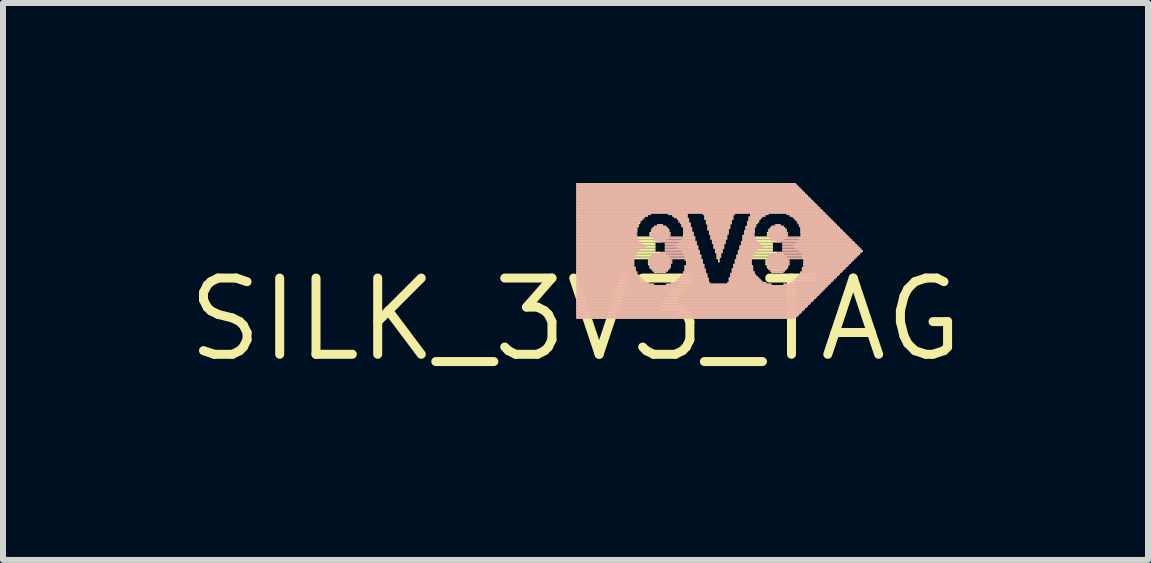
<source format=kicad_pcb>
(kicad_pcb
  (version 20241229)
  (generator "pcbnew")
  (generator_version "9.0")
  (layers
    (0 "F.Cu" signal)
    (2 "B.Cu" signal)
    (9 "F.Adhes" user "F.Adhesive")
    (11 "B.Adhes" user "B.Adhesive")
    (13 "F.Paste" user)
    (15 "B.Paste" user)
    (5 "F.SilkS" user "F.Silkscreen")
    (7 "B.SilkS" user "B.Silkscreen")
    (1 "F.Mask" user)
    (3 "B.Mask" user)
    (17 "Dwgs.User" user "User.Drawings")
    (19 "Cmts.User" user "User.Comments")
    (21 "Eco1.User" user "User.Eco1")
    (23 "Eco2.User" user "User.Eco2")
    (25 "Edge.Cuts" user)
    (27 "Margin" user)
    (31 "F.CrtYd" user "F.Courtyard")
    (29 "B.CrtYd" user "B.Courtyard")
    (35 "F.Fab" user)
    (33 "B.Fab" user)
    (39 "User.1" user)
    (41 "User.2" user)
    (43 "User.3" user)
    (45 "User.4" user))
  (footprint "SILK_3V3_TAG"
    (layer "F.Cu")
    (at 6.539 2.273)
    (property "Reference" "SILK_3V3_TAG" (at 0 0 0) (layer "F.SilkS") (effects (font (size 1.27 1.27) (thickness 0.15))))
    (fp_poly (pts (xy 0.013 -2.248) (xy 3.67 -2.248) (xy 3.67 -2.273) (xy 0.013 -2.273)) (stroke (width 0) (type default)) (fill yes) (layer "F.SilkS"))
    (fp_poly (pts (xy 0.013 -2.223) (xy 3.696 -2.223) (xy 3.696 -2.248) (xy 0.013 -2.248)) (stroke (width 0) (type default)) (fill yes) (layer "F.SilkS"))
    (fp_poly (pts (xy 0.013 -2.197) (xy 3.721 -2.197) (xy 3.721 -2.223) (xy 0.013 -2.223)) (stroke (width 0) (type default)) (fill yes) (layer "F.SilkS"))
    (fp_poly (pts (xy 0.013 -2.172) (xy 3.747 -2.172) (xy 3.747 -2.197) (xy 0.013 -2.197)) (stroke (width 0) (type default)) (fill yes) (layer "F.SilkS"))
    (fp_poly (pts (xy 0.013 -2.146) (xy 3.772 -2.146) (xy 3.772 -2.172) (xy 0.013 -2.172)) (stroke (width 0) (type default)) (fill yes) (layer "F.SilkS"))
    (fp_poly (pts (xy 0.013 -2.121) (xy 3.797 -2.121) (xy 3.797 -2.146) (xy 0.013 -2.146)) (stroke (width 0) (type default)) (fill yes) (layer "F.SilkS"))
    (fp_poly (pts (xy 0.013 -2.095) (xy 3.823 -2.095) (xy 3.823 -2.121) (xy 0.013 -2.121)) (stroke (width 0) (type default)) (fill yes) (layer "F.SilkS"))
    (fp_poly (pts (xy 0.013 -2.07) (xy 3.848 -2.07) (xy 3.848 -2.095) (xy 0.013 -2.095)) (stroke (width 0) (type default)) (fill yes) (layer "F.SilkS"))
    (fp_poly (pts (xy 0.013 -2.045) (xy 3.873 -2.045) (xy 3.873 -2.07) (xy 0.013 -2.07)) (stroke (width 0) (type default)) (fill yes) (layer "F.SilkS"))
    (fp_poly (pts (xy 0.013 -2.019) (xy 3.899 -2.019) (xy 3.899 -2.045) (xy 0.013 -2.045)) (stroke (width 0) (type default)) (fill yes) (layer "F.SilkS"))
    (fp_poly (pts (xy 0.013 -1.994) (xy 3.924 -1.994) (xy 3.924 -2.019) (xy 0.013 -2.019)) (stroke (width 0) (type default)) (fill yes) (layer "F.SilkS"))
    (fp_poly (pts (xy 0.013 -1.968) (xy 3.95 -1.968) (xy 3.95 -1.994) (xy 0.013 -1.994)) (stroke (width 0) (type default)) (fill yes) (layer "F.SilkS"))
    (fp_poly (pts (xy 0.013 -1.943) (xy 3.975 -1.943) (xy 3.975 -1.968) (xy 0.013 -1.968)) (stroke (width 0) (type default)) (fill yes) (layer "F.SilkS"))
    (fp_poly (pts (xy 0.013 -1.918) (xy 4 -1.918) (xy 4 -1.943) (xy 0.013 -1.943)) (stroke (width 0) (type default)) (fill yes) (layer "F.SilkS"))
    (fp_poly (pts (xy 0.013 -1.892) (xy 4.026 -1.892) (xy 4.026 -1.918) (xy 0.013 -1.918)) (stroke (width 0) (type default)) (fill yes) (layer "F.SilkS"))
    (fp_poly (pts (xy 0.013 -1.867) (xy 4.051 -1.867) (xy 4.051 -1.892) (xy 0.013 -1.892)) (stroke (width 0) (type default)) (fill yes) (layer "F.SilkS"))
    (fp_poly (pts (xy 0.013 -1.841) (xy 4.077 -1.841) (xy 4.077 -1.867) (xy 0.013 -1.867)) (stroke (width 0) (type default)) (fill yes) (layer "F.SilkS"))
    (fp_poly (pts (xy 0.013 -1.816) (xy 4.102 -1.816) (xy 4.102 -1.841) (xy 0.013 -1.841)) (stroke (width 0) (type default)) (fill yes) (layer "F.SilkS"))
    (fp_poly (pts (xy 0.013 -1.791) (xy 4.128 -1.791) (xy 4.128 -1.816) (xy 0.013 -1.816)) (stroke (width 0) (type default)) (fill yes) (layer "F.SilkS"))
    (fp_poly (pts (xy 0.013 -1.765) (xy 4.153 -1.765) (xy 4.153 -1.791) (xy 0.013 -1.791)) (stroke (width 0) (type default)) (fill yes) (layer "F.SilkS"))
    (fp_poly (pts (xy 0.013 -1.74) (xy 1.257 -1.74) (xy 1.257 -1.765) (xy 0.013 -1.765)) (stroke (width 0) (type default)) (fill yes) (layer "F.SilkS"))
    (fp_poly (pts (xy 0.013 -1.714) (xy 1.206 -1.714) (xy 1.206 -1.74) (xy 0.013 -1.74)) (stroke (width 0) (type default)) (fill yes) (layer "F.SilkS"))
    (fp_poly (pts (xy 0.013 -1.689) (xy 1.156 -1.689) (xy 1.156 -1.714) (xy 0.013 -1.714)) (stroke (width 0) (type default)) (fill yes) (layer "F.SilkS"))
    (fp_poly (pts (xy 0.013 -1.664) (xy 1.13 -1.664) (xy 1.13 -1.689) (xy 0.013 -1.689)) (stroke (width 0) (type default)) (fill yes) (layer "F.SilkS"))
    (fp_poly (pts (xy 0.013 -1.638) (xy 1.105 -1.638) (xy 1.105 -1.664) (xy 0.013 -1.664)) (stroke (width 0) (type default)) (fill yes) (layer "F.SilkS"))
    (fp_poly (pts (xy 0.013 -1.613) (xy 1.079 -1.613) (xy 1.079 -1.638) (xy 0.013 -1.638)) (stroke (width 0) (type default)) (fill yes) (layer "F.SilkS"))
    (fp_poly (pts (xy 0.013 -1.587) (xy 1.079 -1.587) (xy 1.079 -1.613) (xy 0.013 -1.613)) (stroke (width 0) (type default)) (fill yes) (layer "F.SilkS"))
    (fp_poly (pts (xy 0.013 -1.562) (xy 1.054 -1.562) (xy 1.054 -1.587) (xy 0.013 -1.587)) (stroke (width 0) (type default)) (fill yes) (layer "F.SilkS"))
    (fp_poly (pts (xy 0.013 -1.537) (xy 1.054 -1.537) (xy 1.054 -1.562) (xy 0.013 -1.562)) (stroke (width 0) (type default)) (fill yes) (layer "F.SilkS"))
    (fp_poly (pts (xy 0.013 -1.511) (xy 1.029 -1.511) (xy 1.029 -1.537) (xy 0.013 -1.537)) (stroke (width 0) (type default)) (fill yes) (layer "F.SilkS"))
    (fp_poly (pts (xy 0.013 -1.486) (xy 1.029 -1.486) (xy 1.029 -1.511) (xy 0.013 -1.511)) (stroke (width 0) (type default)) (fill yes) (layer "F.SilkS"))
    (fp_poly (pts (xy 0.013 -1.46) (xy 1.029 -1.46) (xy 1.029 -1.486) (xy 0.013 -1.486)) (stroke (width 0) (type default)) (fill yes) (layer "F.SilkS"))
    (fp_poly (pts (xy 0.013 -1.435) (xy 1.003 -1.435) (xy 1.003 -1.46) (xy 0.013 -1.46)) (stroke (width 0) (type default)) (fill yes) (layer "F.SilkS"))
    (fp_poly (pts (xy 0.013 -1.41) (xy 1.003 -1.41) (xy 1.003 -1.435) (xy 0.013 -1.435)) (stroke (width 0) (type default)) (fill yes) (layer "F.SilkS"))
    (fp_poly (pts (xy 0.013 -1.384) (xy 1.003 -1.384) (xy 1.003 -1.41) (xy 0.013 -1.41)) (stroke (width 0) (type default)) (fill yes) (layer "F.SilkS"))
    (fp_poly (pts (xy 0.013 -1.359) (xy 1.562 -1.359) (xy 1.562 -1.384) (xy 0.013 -1.384)) (stroke (width 0) (type default)) (fill yes) (layer "F.SilkS"))
    (fp_poly (pts (xy 0.013 -1.333) (xy 1.537 -1.333) (xy 1.537 -1.359) (xy 0.013 -1.359)) (stroke (width 0) (type default)) (fill yes) (layer "F.SilkS"))
    (fp_poly (pts (xy 0.013 -1.308) (xy 1.511 -1.308) (xy 1.511 -1.333) (xy 0.013 -1.333)) (stroke (width 0) (type default)) (fill yes) (layer "F.SilkS"))
    (fp_poly (pts (xy 0.013 -1.283) (xy 1.435 -1.283) (xy 1.435 -1.308) (xy 0.013 -1.308)) (stroke (width 0) (type default)) (fill yes) (layer "F.SilkS"))
    (fp_poly (pts (xy 0.013 -1.257) (xy 1.333 -1.257) (xy 1.333 -1.283) (xy 0.013 -1.283)) (stroke (width 0) (type default)) (fill yes) (layer "F.SilkS"))
    (fp_poly (pts (xy 0.013 -1.232) (xy 1.333 -1.232) (xy 1.333 -1.257) (xy 0.013 -1.257)) (stroke (width 0) (type default)) (fill yes) (layer "F.SilkS"))
    (fp_poly (pts (xy 0.013 -1.206) (xy 1.333 -1.206) (xy 1.333 -1.232) (xy 0.013 -1.232)) (stroke (width 0) (type default)) (fill yes) (layer "F.SilkS"))
    (fp_poly (pts (xy 0.013 -1.181) (xy 1.333 -1.181) (xy 1.333 -1.206) (xy 0.013 -1.206)) (stroke (width 0) (type default)) (fill yes) (layer "F.SilkS"))
    (fp_poly (pts (xy 0.013 -1.156) (xy 1.333 -1.156) (xy 1.333 -1.181) (xy 0.013 -1.181)) (stroke (width 0) (type default)) (fill yes) (layer "F.SilkS"))
    (fp_poly (pts (xy 0.013 -1.13) (xy 1.333 -1.13) (xy 1.333 -1.156) (xy 0.013 -1.156)) (stroke (width 0) (type default)) (fill yes) (layer "F.SilkS"))
    (fp_poly (pts (xy 0.013 -1.105) (xy 1.41 -1.105) (xy 1.41 -1.13) (xy 0.013 -1.13)) (stroke (width 0) (type default)) (fill yes) (layer "F.SilkS"))
    (fp_poly (pts (xy 0.013 -1.079) (xy 1.511 -1.079) (xy 1.511 -1.105) (xy 0.013 -1.105)) (stroke (width 0) (type default)) (fill yes) (layer "F.SilkS"))
    (fp_poly (pts (xy 0.013 -1.054) (xy 1.562 -1.054) (xy 1.562 -1.079) (xy 0.013 -1.079)) (stroke (width 0) (type default)) (fill yes) (layer "F.SilkS"))
    (fp_poly (pts (xy 0.013 -1.029) (xy 1.562 -1.029) (xy 1.562 -1.054) (xy 0.013 -1.054)) (stroke (width 0) (type default)) (fill yes) (layer "F.SilkS"))
    (fp_poly (pts (xy 0.013 -1.003) (xy 1.587 -1.003) (xy 1.587 -1.029) (xy 0.013 -1.029)) (stroke (width 0) (type default)) (fill yes) (layer "F.SilkS"))
    (fp_poly (pts (xy 0.013 -0.978) (xy 0.978 -0.978) (xy 0.978 -1.003) (xy 0.013 -1.003)) (stroke (width 0) (type default)) (fill yes) (layer "F.SilkS"))
    (fp_poly (pts (xy 0.013 -0.953) (xy 0.978 -0.953) (xy 0.978 -0.978) (xy 0.013 -0.978)) (stroke (width 0) (type default)) (fill yes) (layer "F.SilkS"))
    (fp_poly (pts (xy 0.013 -0.927) (xy 0.978 -0.927) (xy 0.978 -0.953) (xy 0.013 -0.953)) (stroke (width 0) (type default)) (fill yes) (layer "F.SilkS"))
    (fp_poly (pts (xy 0.013 -0.902) (xy 0.978 -0.902) (xy 0.978 -0.927) (xy 0.013 -0.927)) (stroke (width 0) (type default)) (fill yes) (layer "F.SilkS"))
    (fp_poly (pts (xy 0.013 -0.876) (xy 0.978 -0.876) (xy 0.978 -0.902) (xy 0.013 -0.902)) (stroke (width 0) (type default)) (fill yes) (layer "F.SilkS"))
    (fp_poly (pts (xy 0.013 -0.851) (xy 1.003 -0.851) (xy 1.003 -0.876) (xy 0.013 -0.876)) (stroke (width 0) (type default)) (fill yes) (layer "F.SilkS"))
    (fp_poly (pts (xy 0.013 -0.826) (xy 1.003 -0.826) (xy 1.003 -0.851) (xy 0.013 -0.851)) (stroke (width 0) (type default)) (fill yes) (layer "F.SilkS"))
    (fp_poly (pts (xy 0.013 -0.8) (xy 1.003 -0.8) (xy 1.003 -0.826) (xy 0.013 -0.826)) (stroke (width 0) (type default)) (fill yes) (layer "F.SilkS"))
    (fp_poly (pts (xy 0.013 -0.775) (xy 1.029 -0.775) (xy 1.029 -0.8) (xy 0.013 -0.8)) (stroke (width 0) (type default)) (fill yes) (layer "F.SilkS"))
    (fp_poly (pts (xy 0.013 -0.749) (xy 1.029 -0.749) (xy 1.029 -0.775) (xy 0.013 -0.775)) (stroke (width 0) (type default)) (fill yes) (layer "F.SilkS"))
    (fp_poly (pts (xy 0.013 -0.724) (xy 1.054 -0.724) (xy 1.054 -0.749) (xy 0.013 -0.749)) (stroke (width 0) (type default)) (fill yes) (layer "F.SilkS"))
    (fp_poly (pts (xy 0.013 -0.699) (xy 1.079 -0.699) (xy 1.079 -0.724) (xy 0.013 -0.724)) (stroke (width 0) (type default)) (fill yes) (layer "F.SilkS"))
    (fp_poly (pts (xy 0.013 -0.673) (xy 1.105 -0.673) (xy 1.105 -0.699) (xy 0.013 -0.699)) (stroke (width 0) (type default)) (fill yes) (layer "F.SilkS"))
    (fp_poly (pts (xy 0.013 -0.648) (xy 1.13 -0.648) (xy 1.13 -0.673) (xy 0.013 -0.673)) (stroke (width 0) (type default)) (fill yes) (layer "F.SilkS"))
    (fp_poly (pts (xy 0.013 -0.622) (xy 1.156 -0.622) (xy 1.156 -0.648) (xy 0.013 -0.648)) (stroke (width 0) (type default)) (fill yes) (layer "F.SilkS"))
    (fp_poly (pts (xy 0.013 -0.597) (xy 1.206 -0.597) (xy 1.206 -0.622) (xy 0.013 -0.622)) (stroke (width 0) (type default)) (fill yes) (layer "F.SilkS"))
    (fp_poly (pts (xy 0.013 -0.572) (xy 1.308 -0.572) (xy 1.308 -0.597) (xy 0.013 -0.597)) (stroke (width 0) (type default)) (fill yes) (layer "F.SilkS"))
    (fp_poly (pts (xy 0.013 -0.546) (xy 4.204 -0.546) (xy 4.204 -0.572) (xy 0.013 -0.572)) (stroke (width 0) (type default)) (fill yes) (layer "F.SilkS"))
    (fp_poly (pts (xy 0.013 -0.521) (xy 4.178 -0.521) (xy 4.178 -0.546) (xy 0.013 -0.546)) (stroke (width 0) (type default)) (fill yes) (layer "F.SilkS"))
    (fp_poly (pts (xy 0.013 -0.495) (xy 4.153 -0.495) (xy 4.153 -0.521) (xy 0.013 -0.521)) (stroke (width 0) (type default)) (fill yes) (layer "F.SilkS"))
    (fp_poly (pts (xy 0.013 -0.47) (xy 4.128 -0.47) (xy 4.128 -0.495) (xy 0.013 -0.495)) (stroke (width 0) (type default)) (fill yes) (layer "F.SilkS"))
    (fp_poly (pts (xy 0.013 -0.445) (xy 4.102 -0.445) (xy 4.102 -0.47) (xy 0.013 -0.47)) (stroke (width 0) (type default)) (fill yes) (layer "F.SilkS"))
    (fp_poly (pts (xy 0.013 -0.419) (xy 4.077 -0.419) (xy 4.077 -0.445) (xy 0.013 -0.445)) (stroke (width 0) (type default)) (fill yes) (layer "F.SilkS"))
    (fp_poly (pts (xy 0.013 -0.394) (xy 4.051 -0.394) (xy 4.051 -0.419) (xy 0.013 -0.419)) (stroke (width 0) (type default)) (fill yes) (layer "F.SilkS"))
    (fp_poly (pts (xy 0.013 -0.368) (xy 4.026 -0.368) (xy 4.026 -0.394) (xy 0.013 -0.394)) (stroke (width 0) (type default)) (fill yes) (layer "F.SilkS"))
    (fp_poly (pts (xy 0.013 -0.343) (xy 4 -0.343) (xy 4 -0.368) (xy 0.013 -0.368)) (stroke (width 0) (type default)) (fill yes) (layer "F.SilkS"))
    (fp_poly (pts (xy 0.013 -0.318) (xy 3.975 -0.318) (xy 3.975 -0.343) (xy 0.013 -0.343)) (stroke (width 0) (type default)) (fill yes) (layer "F.SilkS"))
    (fp_poly (pts (xy 0.013 -0.292) (xy 3.95 -0.292) (xy 3.95 -0.318) (xy 0.013 -0.318)) (stroke (width 0) (type default)) (fill yes) (layer "F.SilkS"))
    (fp_poly (pts (xy 0.013 -0.267) (xy 3.924 -0.267) (xy 3.924 -0.292) (xy 0.013 -0.292)) (stroke (width 0) (type default)) (fill yes) (layer "F.SilkS"))
    (fp_poly (pts (xy 0.013 -0.241) (xy 3.899 -0.241) (xy 3.899 -0.267) (xy 0.013 -0.267)) (stroke (width 0) (type default)) (fill yes) (layer "F.SilkS"))
    (fp_poly (pts (xy 0.013 -0.216) (xy 3.873 -0.216) (xy 3.873 -0.241) (xy 0.013 -0.241)) (stroke (width 0) (type default)) (fill yes) (layer "F.SilkS"))
    (fp_poly (pts (xy 0.013 -0.191) (xy 3.848 -0.191) (xy 3.848 -0.216) (xy 0.013 -0.216)) (stroke (width 0) (type default)) (fill yes) (layer "F.SilkS"))
    (fp_poly (pts (xy 0.013 -0.165) (xy 3.823 -0.165) (xy 3.823 -0.191) (xy 0.013 -0.191)) (stroke (width 0) (type default)) (fill yes) (layer "F.SilkS"))
    (fp_poly (pts (xy 0.013 -0.14) (xy 3.797 -0.14) (xy 3.797 -0.165) (xy 0.013 -0.165)) (stroke (width 0) (type default)) (fill yes) (layer "F.SilkS"))
    (fp_poly (pts (xy 0.013 -0.114) (xy 3.772 -0.114) (xy 3.772 -0.14) (xy 0.013 -0.14)) (stroke (width 0) (type default)) (fill yes) (layer "F.SilkS"))
    (fp_poly (pts (xy 0.013 -0.089) (xy 3.747 -0.089) (xy 3.747 -0.114) (xy 0.013 -0.114)) (stroke (width 0) (type default)) (fill yes) (layer "F.SilkS"))
    (fp_poly (pts (xy 0.013 -0.064) (xy 3.721 -0.064) (xy 3.721 -0.089) (xy 0.013 -0.089)) (stroke (width 0) (type default)) (fill yes) (layer "F.SilkS"))
    (fp_poly (pts (xy 0.013 -0.038) (xy 3.696 -0.038) (xy 3.696 -0.064) (xy 0.013 -0.064)) (stroke (width 0) (type default)) (fill yes) (layer "F.SilkS"))
    (fp_poly (pts (xy 0.013 -0.013) (xy 3.67 -0.013) (xy 3.67 -0.038) (xy 0.013 -0.038)) (stroke (width 0) (type default)) (fill yes) (layer "F.SilkS"))
    (fp_poly (pts (xy 1.206 -0.978) (xy 1.587 -0.978) (xy 1.587 -1.003) (xy 1.206 -1.003)) (stroke (width 0) (type default)) (fill yes) (layer "F.SilkS"))
    (fp_poly (pts (xy 1.206 -0.953) (xy 1.587 -0.953) (xy 1.587 -0.978) (xy 1.206 -0.978)) (stroke (width 0) (type default)) (fill yes) (layer "F.SilkS"))
    (fp_poly (pts (xy 1.206 -0.927) (xy 1.587 -0.927) (xy 1.587 -0.953) (xy 1.206 -0.953)) (stroke (width 0) (type default)) (fill yes) (layer "F.SilkS"))
    (fp_poly (pts (xy 1.206 -0.902) (xy 1.587 -0.902) (xy 1.587 -0.927) (xy 1.206 -0.927)) (stroke (width 0) (type default)) (fill yes) (layer "F.SilkS"))
    (fp_poly (pts (xy 1.232 -1.435) (xy 1.562 -1.435) (xy 1.562 -1.46) (xy 1.232 -1.46)) (stroke (width 0) (type default)) (fill yes) (layer "F.SilkS"))
    (fp_poly (pts (xy 1.232 -1.41) (xy 1.562 -1.41) (xy 1.562 -1.435) (xy 1.232 -1.435)) (stroke (width 0) (type default)) (fill yes) (layer "F.SilkS"))
    (fp_poly (pts (xy 1.232 -1.384) (xy 1.562 -1.384) (xy 1.562 -1.41) (xy 1.232 -1.41)) (stroke (width 0) (type default)) (fill yes) (layer "F.SilkS"))
    (fp_poly (pts (xy 1.232 -0.876) (xy 1.587 -0.876) (xy 1.587 -0.902) (xy 1.232 -0.902)) (stroke (width 0) (type default)) (fill yes) (layer "F.SilkS"))
    (fp_poly (pts (xy 1.232 -0.851) (xy 1.562 -0.851) (xy 1.562 -0.876) (xy 1.232 -0.876)) (stroke (width 0) (type default)) (fill yes) (layer "F.SilkS"))
    (fp_poly (pts (xy 1.257 -1.486) (xy 1.562 -1.486) (xy 1.562 -1.511) (xy 1.257 -1.511)) (stroke (width 0) (type default)) (fill yes) (layer "F.SilkS"))
    (fp_poly (pts (xy 1.257 -1.46) (xy 1.562 -1.46) (xy 1.562 -1.486) (xy 1.257 -1.486)) (stroke (width 0) (type default)) (fill yes) (layer "F.SilkS"))
    (fp_poly (pts (xy 1.257 -0.826) (xy 1.562 -0.826) (xy 1.562 -0.851) (xy 1.257 -0.851)) (stroke (width 0) (type default)) (fill yes) (layer "F.SilkS"))
    (fp_poly (pts (xy 1.283 -1.511) (xy 1.537 -1.511) (xy 1.537 -1.537) (xy 1.283 -1.537)) (stroke (width 0) (type default)) (fill yes) (layer "F.SilkS"))
    (fp_poly (pts (xy 1.283 -0.8) (xy 1.537 -0.8) (xy 1.537 -0.826) (xy 1.283 -0.826)) (stroke (width 0) (type default)) (fill yes) (layer "F.SilkS"))
    (fp_poly (pts (xy 1.308 -1.537) (xy 1.511 -1.537) (xy 1.511 -1.562) (xy 1.308 -1.562)) (stroke (width 0) (type default)) (fill yes) (layer "F.SilkS"))
    (fp_poly (pts (xy 1.308 -0.775) (xy 1.486 -0.775) (xy 1.486 -0.8) (xy 1.308 -0.8)) (stroke (width 0) (type default)) (fill yes) (layer "F.SilkS"))
    (fp_poly (pts (xy 1.359 -1.562) (xy 1.46 -1.562) (xy 1.46 -1.587) (xy 1.359 -1.587)) (stroke (width 0) (type default)) (fill yes) (layer "F.SilkS"))
    (fp_poly (pts (xy 1.511 -0.572) (xy 3.264 -0.572) (xy 3.264 -0.597) (xy 1.511 -0.597)) (stroke (width 0) (type default)) (fill yes) (layer "F.SilkS"))
    (fp_poly (pts (xy 1.562 -1.74) (xy 1.867 -1.74) (xy 1.867 -1.765) (xy 1.562 -1.765)) (stroke (width 0) (type default)) (fill yes) (layer "F.SilkS"))
    (fp_poly (pts (xy 1.587 -0.597) (xy 2.223 -0.597) (xy 2.223 -0.622) (xy 1.587 -0.622)) (stroke (width 0) (type default)) (fill yes) (layer "F.SilkS"))
    (fp_poly (pts (xy 1.613 -1.714) (xy 1.867 -1.714) (xy 1.867 -1.74) (xy 1.613 -1.74)) (stroke (width 0) (type default)) (fill yes) (layer "F.SilkS"))
    (fp_poly (pts (xy 1.638 -1.206) (xy 2.045 -1.206) (xy 2.045 -1.232) (xy 1.638 -1.232)) (stroke (width 0) (type default)) (fill yes) (layer "F.SilkS"))
    (fp_poly (pts (xy 1.638 -0.622) (xy 2.223 -0.622) (xy 2.223 -0.648) (xy 1.638 -0.648)) (stroke (width 0) (type default)) (fill yes) (layer "F.SilkS"))
    (fp_poly (pts (xy 1.664 -1.689) (xy 1.867 -1.689) (xy 1.867 -1.714) (xy 1.664 -1.714)) (stroke (width 0) (type default)) (fill yes) (layer "F.SilkS"))
    (fp_poly (pts (xy 1.689 -1.664) (xy 1.892 -1.664) (xy 1.892 -1.689) (xy 1.689 -1.689)) (stroke (width 0) (type default)) (fill yes) (layer "F.SilkS"))
    (fp_poly (pts (xy 1.689 -1.232) (xy 2.019 -1.232) (xy 2.019 -1.257) (xy 1.689 -1.257)) (stroke (width 0) (type default)) (fill yes) (layer "F.SilkS"))
    (fp_poly (pts (xy 1.689 -1.181) (xy 2.045 -1.181) (xy 2.045 -1.206) (xy 1.689 -1.206)) (stroke (width 0) (type default)) (fill yes) (layer "F.SilkS"))
    (fp_poly (pts (xy 1.689 -0.648) (xy 2.223 -0.648) (xy 2.223 -0.673) (xy 1.689 -0.673)) (stroke (width 0) (type default)) (fill yes) (layer "F.SilkS"))
    (fp_poly (pts (xy 1.714 -1.638) (xy 1.892 -1.638) (xy 1.892 -1.664) (xy 1.714 -1.664)) (stroke (width 0) (type default)) (fill yes) (layer "F.SilkS"))
    (fp_poly (pts (xy 1.714 -1.257) (xy 2.019 -1.257) (xy 2.019 -1.283) (xy 1.714 -1.283)) (stroke (width 0) (type default)) (fill yes) (layer "F.SilkS"))
    (fp_poly (pts (xy 1.714 -0.673) (xy 2.197 -0.673) (xy 2.197 -0.699) (xy 1.714 -0.699)) (stroke (width 0) (type default)) (fill yes) (layer "F.SilkS"))
    (fp_poly (pts (xy 1.74 -1.613) (xy 1.892 -1.613) (xy 1.892 -1.638) (xy 1.74 -1.638)) (stroke (width 0) (type default)) (fill yes) (layer "F.SilkS"))
    (fp_poly (pts (xy 1.74 -1.283) (xy 2.019 -1.283) (xy 2.019 -1.308) (xy 1.74 -1.308)) (stroke (width 0) (type default)) (fill yes) (layer "F.SilkS"))
    (fp_poly (pts (xy 1.74 -1.156) (xy 2.045 -1.156) (xy 2.045 -1.181) (xy 1.74 -1.181)) (stroke (width 0) (type default)) (fill yes) (layer "F.SilkS"))
    (fp_poly (pts (xy 1.74 -0.699) (xy 2.197 -0.699) (xy 2.197 -0.724) (xy 1.74 -0.724)) (stroke (width 0) (type default)) (fill yes) (layer "F.SilkS"))
    (fp_poly (pts (xy 1.765 -1.587) (xy 1.918 -1.587) (xy 1.918 -1.613) (xy 1.765 -1.613)) (stroke (width 0) (type default)) (fill yes) (layer "F.SilkS"))
    (fp_poly (pts (xy 1.765 -1.562) (xy 1.918 -1.562) (xy 1.918 -1.587) (xy 1.765 -1.587)) (stroke (width 0) (type default)) (fill yes) (layer "F.SilkS"))
    (fp_poly (pts (xy 1.765 -1.537) (xy 1.918 -1.537) (xy 1.918 -1.562) (xy 1.765 -1.562)) (stroke (width 0) (type default)) (fill yes) (layer "F.SilkS"))
    (fp_poly (pts (xy 1.765 -1.333) (xy 1.994 -1.333) (xy 1.994 -1.359) (xy 1.765 -1.359)) (stroke (width 0) (type default)) (fill yes) (layer "F.SilkS"))
    (fp_poly (pts (xy 1.765 -1.308) (xy 1.994 -1.308) (xy 1.994 -1.333) (xy 1.765 -1.333)) (stroke (width 0) (type default)) (fill yes) (layer "F.SilkS"))
    (fp_poly (pts (xy 1.765 -1.13) (xy 2.07 -1.13) (xy 2.07 -1.156) (xy 1.765 -1.156)) (stroke (width 0) (type default)) (fill yes) (layer "F.SilkS"))
    (fp_poly (pts (xy 1.765 -0.724) (xy 2.197 -0.724) (xy 2.197 -0.749) (xy 1.765 -0.749)) (stroke (width 0) (type default)) (fill yes) (layer "F.SilkS"))
    (fp_poly (pts (xy 1.791 -1.511) (xy 1.943 -1.511) (xy 1.943 -1.537) (xy 1.791 -1.537)) (stroke (width 0) (type default)) (fill yes) (layer "F.SilkS"))
    (fp_poly (pts (xy 1.791 -1.486) (xy 1.943 -1.486) (xy 1.943 -1.511) (xy 1.791 -1.511)) (stroke (width 0) (type default)) (fill yes) (layer "F.SilkS"))
    (fp_poly (pts (xy 1.791 -1.46) (xy 1.943 -1.46) (xy 1.943 -1.486) (xy 1.791 -1.486)) (stroke (width 0) (type default)) (fill yes) (layer "F.SilkS"))
    (fp_poly (pts (xy 1.791 -1.435) (xy 1.968 -1.435) (xy 1.968 -1.46) (xy 1.791 -1.46)) (stroke (width 0) (type default)) (fill yes) (layer "F.SilkS"))
    (fp_poly (pts (xy 1.791 -1.41) (xy 1.968 -1.41) (xy 1.968 -1.435) (xy 1.791 -1.435)) (stroke (width 0) (type default)) (fill yes) (layer "F.SilkS"))
    (fp_poly (pts (xy 1.791 -1.384) (xy 1.968 -1.384) (xy 1.968 -1.41) (xy 1.791 -1.41)) (stroke (width 0) (type default)) (fill yes) (layer "F.SilkS"))
    (fp_poly (pts (xy 1.791 -1.359) (xy 1.994 -1.359) (xy 1.994 -1.384) (xy 1.791 -1.384)) (stroke (width 0) (type default)) (fill yes) (layer "F.SilkS"))
    (fp_poly (pts (xy 1.791 -1.105) (xy 2.07 -1.105) (xy 2.07 -1.13) (xy 1.791 -1.13)) (stroke (width 0) (type default)) (fill yes) (layer "F.SilkS"))
    (fp_poly (pts (xy 1.791 -1.079) (xy 2.07 -1.079) (xy 2.07 -1.105) (xy 1.791 -1.105)) (stroke (width 0) (type default)) (fill yes) (layer "F.SilkS"))
    (fp_poly (pts (xy 1.791 -0.775) (xy 2.172 -0.775) (xy 2.172 -0.8) (xy 1.791 -0.8)) (stroke (width 0) (type default)) (fill yes) (layer "F.SilkS"))
    (fp_poly (pts (xy 1.791 -0.749) (xy 2.172 -0.749) (xy 2.172 -0.775) (xy 1.791 -0.775)) (stroke (width 0) (type default)) (fill yes) (layer "F.SilkS"))
    (fp_poly (pts (xy 1.816 -1.054) (xy 2.095 -1.054) (xy 2.095 -1.079) (xy 1.816 -1.079)) (stroke (width 0) (type default)) (fill yes) (layer "F.SilkS"))
    (fp_poly (pts (xy 1.816 -1.029) (xy 2.095 -1.029) (xy 2.095 -1.054) (xy 1.816 -1.054)) (stroke (width 0) (type default)) (fill yes) (layer "F.SilkS"))
    (fp_poly (pts (xy 1.816 -1.003) (xy 2.095 -1.003) (xy 2.095 -1.029) (xy 1.816 -1.029)) (stroke (width 0) (type default)) (fill yes) (layer "F.SilkS"))
    (fp_poly (pts (xy 1.816 -0.876) (xy 2.146 -0.876) (xy 2.146 -0.902) (xy 1.816 -0.902)) (stroke (width 0) (type default)) (fill yes) (layer "F.SilkS"))
    (fp_poly (pts (xy 1.816 -0.851) (xy 2.146 -0.851) (xy 2.146 -0.876) (xy 1.816 -0.876)) (stroke (width 0) (type default)) (fill yes) (layer "F.SilkS"))
    (fp_poly (pts (xy 1.816 -0.826) (xy 2.146 -0.826) (xy 2.146 -0.851) (xy 1.816 -0.851)) (stroke (width 0) (type default)) (fill yes) (layer "F.SilkS"))
    (fp_poly (pts (xy 1.816 -0.8) (xy 2.172 -0.8) (xy 2.172 -0.826) (xy 1.816 -0.826)) (stroke (width 0) (type default)) (fill yes) (layer "F.SilkS"))
    (fp_poly (pts (xy 1.841 -0.978) (xy 2.121 -0.978) (xy 2.121 -1.003) (xy 1.841 -1.003)) (stroke (width 0) (type default)) (fill yes) (layer "F.SilkS"))
    (fp_poly (pts (xy 1.841 -0.953) (xy 2.121 -0.953) (xy 2.121 -0.978) (xy 1.841 -0.978)) (stroke (width 0) (type default)) (fill yes) (layer "F.SilkS"))
    (fp_poly (pts (xy 1.841 -0.927) (xy 2.121 -0.927) (xy 2.121 -0.953) (xy 1.841 -0.953)) (stroke (width 0) (type default)) (fill yes) (layer "F.SilkS"))
    (fp_poly (pts (xy 1.841 -0.902) (xy 2.146 -0.902) (xy 2.146 -0.927) (xy 1.841 -0.927)) (stroke (width 0) (type default)) (fill yes) (layer "F.SilkS"))
    (fp_poly (pts (xy 2.121 -1.74) (xy 2.654 -1.74) (xy 2.654 -1.765) (xy 2.121 -1.765)) (stroke (width 0) (type default)) (fill yes) (layer "F.SilkS"))
    (fp_poly (pts (xy 2.146 -1.714) (xy 2.629 -1.714) (xy 2.629 -1.74) (xy 2.146 -1.74)) (stroke (width 0) (type default)) (fill yes) (layer "F.SilkS"))
    (fp_poly (pts (xy 2.146 -1.689) (xy 2.629 -1.689) (xy 2.629 -1.714) (xy 2.146 -1.714)) (stroke (width 0) (type default)) (fill yes) (layer "F.SilkS"))
    (fp_poly (pts (xy 2.146 -1.664) (xy 2.629 -1.664) (xy 2.629 -1.689) (xy 2.146 -1.689)) (stroke (width 0) (type default)) (fill yes) (layer "F.SilkS"))
    (fp_poly (pts (xy 2.172 -1.638) (xy 2.603 -1.638) (xy 2.603 -1.664) (xy 2.172 -1.664)) (stroke (width 0) (type default)) (fill yes) (layer "F.SilkS"))
    (fp_poly (pts (xy 2.172 -1.613) (xy 2.603 -1.613) (xy 2.603 -1.638) (xy 2.172 -1.638)) (stroke (width 0) (type default)) (fill yes) (layer "F.SilkS"))
    (fp_poly (pts (xy 2.172 -1.587) (xy 2.603 -1.587) (xy 2.603 -1.613) (xy 2.172 -1.613)) (stroke (width 0) (type default)) (fill yes) (layer "F.SilkS"))
    (fp_poly (pts (xy 2.197 -1.562) (xy 2.578 -1.562) (xy 2.578 -1.587) (xy 2.197 -1.587)) (stroke (width 0) (type default)) (fill yes) (layer "F.SilkS"))
    (fp_poly (pts (xy 2.197 -1.537) (xy 2.578 -1.537) (xy 2.578 -1.562) (xy 2.197 -1.562)) (stroke (width 0) (type default)) (fill yes) (layer "F.SilkS"))
    (fp_poly (pts (xy 2.197 -1.511) (xy 2.578 -1.511) (xy 2.578 -1.537) (xy 2.197 -1.537)) (stroke (width 0) (type default)) (fill yes) (layer "F.SilkS"))
    (fp_poly (pts (xy 2.197 -1.486) (xy 2.553 -1.486) (xy 2.553 -1.511) (xy 2.197 -1.511)) (stroke (width 0) (type default)) (fill yes) (layer "F.SilkS"))
    (fp_poly (pts (xy 2.223 -1.46) (xy 2.553 -1.46) (xy 2.553 -1.486) (xy 2.223 -1.486)) (stroke (width 0) (type default)) (fill yes) (layer "F.SilkS"))
    (fp_poly (pts (xy 2.223 -1.435) (xy 2.553 -1.435) (xy 2.553 -1.46) (xy 2.223 -1.46)) (stroke (width 0) (type default)) (fill yes) (layer "F.SilkS"))
    (fp_poly (pts (xy 2.223 -1.41) (xy 2.527 -1.41) (xy 2.527 -1.435) (xy 2.223 -1.435)) (stroke (width 0) (type default)) (fill yes) (layer "F.SilkS"))
    (fp_poly (pts (xy 2.248 -1.384) (xy 2.527 -1.384) (xy 2.527 -1.41) (xy 2.248 -1.41)) (stroke (width 0) (type default)) (fill yes) (layer "F.SilkS"))
    (fp_poly (pts (xy 2.248 -1.359) (xy 2.527 -1.359) (xy 2.527 -1.384) (xy 2.248 -1.384)) (stroke (width 0) (type default)) (fill yes) (layer "F.SilkS"))
    (fp_poly (pts (xy 2.248 -1.333) (xy 2.527 -1.333) (xy 2.527 -1.359) (xy 2.248 -1.359)) (stroke (width 0) (type default)) (fill yes) (layer "F.SilkS"))
    (fp_poly (pts (xy 2.273 -1.308) (xy 2.502 -1.308) (xy 2.502 -1.333) (xy 2.273 -1.333)) (stroke (width 0) (type default)) (fill yes) (layer "F.SilkS"))
    (fp_poly (pts (xy 2.273 -1.283) (xy 2.502 -1.283) (xy 2.502 -1.308) (xy 2.273 -1.308)) (stroke (width 0) (type default)) (fill yes) (layer "F.SilkS"))
    (fp_poly (pts (xy 2.273 -1.257) (xy 2.502 -1.257) (xy 2.502 -1.283) (xy 2.273 -1.283)) (stroke (width 0) (type default)) (fill yes) (layer "F.SilkS"))
    (fp_poly (pts (xy 2.299 -1.232) (xy 2.477 -1.232) (xy 2.477 -1.257) (xy 2.299 -1.257)) (stroke (width 0) (type default)) (fill yes) (layer "F.SilkS"))
    (fp_poly (pts (xy 2.299 -1.206) (xy 2.477 -1.206) (xy 2.477 -1.232) (xy 2.299 -1.232)) (stroke (width 0) (type default)) (fill yes) (layer "F.SilkS"))
    (fp_poly (pts (xy 2.299 -1.181) (xy 2.477 -1.181) (xy 2.477 -1.206) (xy 2.299 -1.206)) (stroke (width 0) (type default)) (fill yes) (layer "F.SilkS"))
    (fp_poly (pts (xy 2.324 -1.156) (xy 2.451 -1.156) (xy 2.451 -1.181) (xy 2.324 -1.181)) (stroke (width 0) (type default)) (fill yes) (layer "F.SilkS"))
    (fp_poly (pts (xy 2.324 -1.13) (xy 2.451 -1.13) (xy 2.451 -1.156) (xy 2.324 -1.156)) (stroke (width 0) (type default)) (fill yes) (layer "F.SilkS"))
    (fp_poly (pts (xy 2.324 -1.105) (xy 2.451 -1.105) (xy 2.451 -1.13) (xy 2.324 -1.13)) (stroke (width 0) (type default)) (fill yes) (layer "F.SilkS"))
    (fp_poly (pts (xy 2.349 -1.079) (xy 2.426 -1.079) (xy 2.426 -1.105) (xy 2.349 -1.105)) (stroke (width 0) (type default)) (fill yes) (layer "F.SilkS"))
    (fp_poly (pts (xy 2.349 -1.054) (xy 2.426 -1.054) (xy 2.426 -1.079) (xy 2.349 -1.079)) (stroke (width 0) (type default)) (fill yes) (layer "F.SilkS"))
    (fp_poly (pts (xy 2.349 -1.029) (xy 2.426 -1.029) (xy 2.426 -1.054) (xy 2.349 -1.054)) (stroke (width 0) (type default)) (fill yes) (layer "F.SilkS"))
    (fp_poly (pts (xy 2.349 -1.003) (xy 2.4 -1.003) (xy 2.4 -1.029) (xy 2.349 -1.029)) (stroke (width 0) (type default)) (fill yes) (layer "F.SilkS"))
    (fp_poly (pts (xy 2.375 -0.978) (xy 2.4 -0.978) (xy 2.4 -1.003) (xy 2.375 -1.003)) (stroke (width 0) (type default)) (fill yes) (layer "F.SilkS"))
    (fp_poly (pts (xy 2.375 -0.953) (xy 2.4 -0.953) (xy 2.4 -0.978) (xy 2.375 -0.978)) (stroke (width 0) (type default)) (fill yes) (layer "F.SilkS"))
    (fp_poly (pts (xy 2.527 -0.597) (xy 3.162 -0.597) (xy 3.162 -0.622) (xy 2.527 -0.622)) (stroke (width 0) (type default)) (fill yes) (layer "F.SilkS"))
    (fp_poly (pts (xy 2.553 -0.673) (xy 3.061 -0.673) (xy 3.061 -0.699) (xy 2.553 -0.699)) (stroke (width 0) (type default)) (fill yes) (layer "F.SilkS"))
    (fp_poly (pts (xy 2.553 -0.648) (xy 3.086 -0.648) (xy 3.086 -0.673) (xy 2.553 -0.673)) (stroke (width 0) (type default)) (fill yes) (layer "F.SilkS"))
    (fp_poly (pts (xy 2.553 -0.622) (xy 3.111 -0.622) (xy 3.111 -0.648) (xy 2.553 -0.648)) (stroke (width 0) (type default)) (fill yes) (layer "F.SilkS"))
    (fp_poly (pts (xy 2.578 -0.749) (xy 2.985 -0.749) (xy 2.985 -0.775) (xy 2.578 -0.775)) (stroke (width 0) (type default)) (fill yes) (layer "F.SilkS"))
    (fp_poly (pts (xy 2.578 -0.724) (xy 3.01 -0.724) (xy 3.01 -0.749) (xy 2.578 -0.749)) (stroke (width 0) (type default)) (fill yes) (layer "F.SilkS"))
    (fp_poly (pts (xy 2.578 -0.699) (xy 3.035 -0.699) (xy 3.035 -0.724) (xy 2.578 -0.724)) (stroke (width 0) (type default)) (fill yes) (layer "F.SilkS"))
    (fp_poly (pts (xy 2.603 -0.826) (xy 2.959 -0.826) (xy 2.959 -0.851) (xy 2.603 -0.851)) (stroke (width 0) (type default)) (fill yes) (layer "F.SilkS"))
    (fp_poly (pts (xy 2.603 -0.8) (xy 2.959 -0.8) (xy 2.959 -0.826) (xy 2.603 -0.826)) (stroke (width 0) (type default)) (fill yes) (layer "F.SilkS"))
    (fp_poly (pts (xy 2.603 -0.775) (xy 2.985 -0.775) (xy 2.985 -0.8) (xy 2.603 -0.8)) (stroke (width 0) (type default)) (fill yes) (layer "F.SilkS"))
    (fp_poly (pts (xy 2.629 -0.902) (xy 2.934 -0.902) (xy 2.934 -0.927) (xy 2.629 -0.927)) (stroke (width 0) (type default)) (fill yes) (layer "F.SilkS"))
    (fp_poly (pts (xy 2.629 -0.876) (xy 2.959 -0.876) (xy 2.959 -0.902) (xy 2.629 -0.902)) (stroke (width 0) (type default)) (fill yes) (layer "F.SilkS"))
    (fp_poly (pts (xy 2.629 -0.851) (xy 2.959 -0.851) (xy 2.959 -0.876) (xy 2.629 -0.876)) (stroke (width 0) (type default)) (fill yes) (layer "F.SilkS"))
    (fp_poly (pts (xy 2.654 -0.978) (xy 2.934 -0.978) (xy 2.934 -1.003) (xy 2.654 -1.003)) (stroke (width 0) (type default)) (fill yes) (layer "F.SilkS"))
    (fp_poly (pts (xy 2.654 -0.953) (xy 2.934 -0.953) (xy 2.934 -0.978) (xy 2.654 -0.978)) (stroke (width 0) (type default)) (fill yes) (layer "F.SilkS"))
    (fp_poly (pts (xy 2.654 -0.927) (xy 2.934 -0.927) (xy 2.934 -0.953) (xy 2.654 -0.953)) (stroke (width 0) (type default)) (fill yes) (layer "F.SilkS"))
    (fp_poly (pts (xy 2.68 -1.054) (xy 3.518 -1.054) (xy 3.518 -1.079) (xy 2.68 -1.079)) (stroke (width 0) (type default)) (fill yes) (layer "F.SilkS"))
    (fp_poly (pts (xy 2.68 -1.029) (xy 3.518 -1.029) (xy 3.518 -1.054) (xy 2.68 -1.054)) (stroke (width 0) (type default)) (fill yes) (layer "F.SilkS"))
    (fp_poly (pts (xy 2.68 -1.003) (xy 3.543 -1.003) (xy 3.543 -1.029) (xy 2.68 -1.029)) (stroke (width 0) (type default)) (fill yes) (layer "F.SilkS"))
    (fp_poly (pts (xy 2.705 -1.13) (xy 3.289 -1.13) (xy 3.289 -1.156) (xy 2.705 -1.156)) (stroke (width 0) (type default)) (fill yes) (layer "F.SilkS"))
    (fp_poly (pts (xy 2.705 -1.105) (xy 3.365 -1.105) (xy 3.365 -1.13) (xy 2.705 -1.13)) (stroke (width 0) (type default)) (fill yes) (layer "F.SilkS"))
    (fp_poly (pts (xy 2.705 -1.079) (xy 3.467 -1.079) (xy 3.467 -1.105) (xy 2.705 -1.105)) (stroke (width 0) (type default)) (fill yes) (layer "F.SilkS"))
    (fp_poly (pts (xy 2.731 -1.206) (xy 3.289 -1.206) (xy 3.289 -1.232) (xy 2.731 -1.232)) (stroke (width 0) (type default)) (fill yes) (layer "F.SilkS"))
    (fp_poly (pts (xy 2.731 -1.181) (xy 3.289 -1.181) (xy 3.289 -1.206) (xy 2.731 -1.206)) (stroke (width 0) (type default)) (fill yes) (layer "F.SilkS"))
    (fp_poly (pts (xy 2.731 -1.156) (xy 3.289 -1.156) (xy 3.289 -1.181) (xy 2.731 -1.181)) (stroke (width 0) (type default)) (fill yes) (layer "F.SilkS"))
    (fp_poly (pts (xy 2.756 -1.283) (xy 3.416 -1.283) (xy 3.416 -1.308) (xy 2.756 -1.308)) (stroke (width 0) (type default)) (fill yes) (layer "F.SilkS"))
    (fp_poly (pts (xy 2.756 -1.257) (xy 3.289 -1.257) (xy 3.289 -1.283) (xy 2.756 -1.283)) (stroke (width 0) (type default)) (fill yes) (layer "F.SilkS"))
    (fp_poly (pts (xy 2.756 -1.232) (xy 3.289 -1.232) (xy 3.289 -1.257) (xy 2.756 -1.257)) (stroke (width 0) (type default)) (fill yes) (layer "F.SilkS"))
    (fp_poly (pts (xy 2.781 -1.384) (xy 2.959 -1.384) (xy 2.959 -1.41) (xy 2.781 -1.41)) (stroke (width 0) (type default)) (fill yes) (layer "F.SilkS"))
    (fp_poly (pts (xy 2.781 -1.359) (xy 3.518 -1.359) (xy 3.518 -1.384) (xy 2.781 -1.384)) (stroke (width 0) (type default)) (fill yes) (layer "F.SilkS"))
    (fp_poly (pts (xy 2.781 -1.333) (xy 3.493 -1.333) (xy 3.493 -1.359) (xy 2.781 -1.359)) (stroke (width 0) (type default)) (fill yes) (layer "F.SilkS"))
    (fp_poly (pts (xy 2.781 -1.308) (xy 3.467 -1.308) (xy 3.467 -1.333) (xy 2.781 -1.333)) (stroke (width 0) (type default)) (fill yes) (layer "F.SilkS"))
    (fp_poly (pts (xy 2.807 -1.46) (xy 2.985 -1.46) (xy 2.985 -1.486) (xy 2.807 -1.486)) (stroke (width 0) (type default)) (fill yes) (layer "F.SilkS"))
    (fp_poly (pts (xy 2.807 -1.435) (xy 2.985 -1.435) (xy 2.985 -1.46) (xy 2.807 -1.46)) (stroke (width 0) (type default)) (fill yes) (layer "F.SilkS"))
    (fp_poly (pts (xy 2.807 -1.41) (xy 2.959 -1.41) (xy 2.959 -1.435) (xy 2.807 -1.435)) (stroke (width 0) (type default)) (fill yes) (layer "F.SilkS"))
    (fp_poly (pts (xy 2.832 -1.537) (xy 3.01 -1.537) (xy 3.01 -1.562) (xy 2.832 -1.562)) (stroke (width 0) (type default)) (fill yes) (layer "F.SilkS"))
    (fp_poly (pts (xy 2.832 -1.511) (xy 2.985 -1.511) (xy 2.985 -1.537) (xy 2.832 -1.537)) (stroke (width 0) (type default)) (fill yes) (layer "F.SilkS"))
    (fp_poly (pts (xy 2.832 -1.486) (xy 2.985 -1.486) (xy 2.985 -1.511) (xy 2.832 -1.511)) (stroke (width 0) (type default)) (fill yes) (layer "F.SilkS"))
    (fp_poly (pts (xy 2.857 -1.613) (xy 3.061 -1.613) (xy 3.061 -1.638) (xy 2.857 -1.638)) (stroke (width 0) (type default)) (fill yes) (layer "F.SilkS"))
    (fp_poly (pts (xy 2.857 -1.587) (xy 3.035 -1.587) (xy 3.035 -1.613) (xy 2.857 -1.613)) (stroke (width 0) (type default)) (fill yes) (layer "F.SilkS"))
    (fp_poly (pts (xy 2.857 -1.562) (xy 3.01 -1.562) (xy 3.01 -1.587) (xy 2.857 -1.587)) (stroke (width 0) (type default)) (fill yes) (layer "F.SilkS"))
    (fp_poly (pts (xy 2.883 -1.689) (xy 3.111 -1.689) (xy 3.111 -1.714) (xy 2.883 -1.714)) (stroke (width 0) (type default)) (fill yes) (layer "F.SilkS"))
    (fp_poly (pts (xy 2.883 -1.664) (xy 3.086 -1.664) (xy 3.086 -1.689) (xy 2.883 -1.689)) (stroke (width 0) (type default)) (fill yes) (layer "F.SilkS"))
    (fp_poly (pts (xy 2.883 -1.638) (xy 3.061 -1.638) (xy 3.061 -1.664) (xy 2.883 -1.664)) (stroke (width 0) (type default)) (fill yes) (layer "F.SilkS"))
    (fp_poly (pts (xy 2.908 -1.74) (xy 3.213 -1.74) (xy 3.213 -1.765) (xy 2.908 -1.765)) (stroke (width 0) (type default)) (fill yes) (layer "F.SilkS"))
    (fp_poly (pts (xy 2.908 -1.714) (xy 3.162 -1.714) (xy 3.162 -1.74) (xy 2.908 -1.74)) (stroke (width 0) (type default)) (fill yes) (layer "F.SilkS"))
    (fp_poly (pts (xy 3.162 -0.978) (xy 3.543 -0.978) (xy 3.543 -1.003) (xy 3.162 -1.003)) (stroke (width 0) (type default)) (fill yes) (layer "F.SilkS"))
    (fp_poly (pts (xy 3.162 -0.953) (xy 3.543 -0.953) (xy 3.543 -0.978) (xy 3.162 -0.978)) (stroke (width 0) (type default)) (fill yes) (layer "F.SilkS"))
    (fp_poly (pts (xy 3.162 -0.927) (xy 3.543 -0.927) (xy 3.543 -0.953) (xy 3.162 -0.953)) (stroke (width 0) (type default)) (fill yes) (layer "F.SilkS"))
    (fp_poly (pts (xy 3.162 -0.902) (xy 3.543 -0.902) (xy 3.543 -0.927) (xy 3.162 -0.927)) (stroke (width 0) (type default)) (fill yes) (layer "F.SilkS"))
    (fp_poly (pts (xy 3.188 -1.435) (xy 3.518 -1.435) (xy 3.518 -1.46) (xy 3.188 -1.46)) (stroke (width 0) (type default)) (fill yes) (layer "F.SilkS"))
    (fp_poly (pts (xy 3.188 -1.41) (xy 3.518 -1.41) (xy 3.518 -1.435) (xy 3.188 -1.435)) (stroke (width 0) (type default)) (fill yes) (layer "F.SilkS"))
    (fp_poly (pts (xy 3.188 -1.384) (xy 3.518 -1.384) (xy 3.518 -1.41) (xy 3.188 -1.41)) (stroke (width 0) (type default)) (fill yes) (layer "F.SilkS"))
    (fp_poly (pts (xy 3.188 -0.876) (xy 3.543 -0.876) (xy 3.543 -0.902) (xy 3.188 -0.902)) (stroke (width 0) (type default)) (fill yes) (layer "F.SilkS"))
    (fp_poly (pts (xy 3.188 -0.851) (xy 3.518 -0.851) (xy 3.518 -0.876) (xy 3.188 -0.876)) (stroke (width 0) (type default)) (fill yes) (layer "F.SilkS"))
    (fp_poly (pts (xy 3.213 -1.486) (xy 3.518 -1.486) (xy 3.518 -1.511) (xy 3.213 -1.511)) (stroke (width 0) (type default)) (fill yes) (layer "F.SilkS"))
    (fp_poly (pts (xy 3.213 -1.46) (xy 3.518 -1.46) (xy 3.518 -1.486) (xy 3.213 -1.486)) (stroke (width 0) (type default)) (fill yes) (layer "F.SilkS"))
    (fp_poly (pts (xy 3.213 -0.826) (xy 3.518 -0.826) (xy 3.518 -0.851) (xy 3.213 -0.851)) (stroke (width 0) (type default)) (fill yes) (layer "F.SilkS"))
    (fp_poly (pts (xy 3.239 -1.511) (xy 3.493 -1.511) (xy 3.493 -1.537) (xy 3.239 -1.537)) (stroke (width 0) (type default)) (fill yes) (layer "F.SilkS"))
    (fp_poly (pts (xy 3.239 -0.8) (xy 3.493 -0.8) (xy 3.493 -0.826) (xy 3.239 -0.826)) (stroke (width 0) (type default)) (fill yes) (layer "F.SilkS"))
    (fp_poly (pts (xy 3.264 -1.537) (xy 3.467 -1.537) (xy 3.467 -1.562) (xy 3.264 -1.562)) (stroke (width 0) (type default)) (fill yes) (layer "F.SilkS"))
    (fp_poly (pts (xy 3.264 -0.775) (xy 3.442 -0.775) (xy 3.442 -0.8) (xy 3.264 -0.8)) (stroke (width 0) (type default)) (fill yes) (layer "F.SilkS"))
    (fp_poly (pts (xy 3.34 -1.562) (xy 3.416 -1.562) (xy 3.416 -1.587) (xy 3.34 -1.587)) (stroke (width 0) (type default)) (fill yes) (layer "F.SilkS"))
    (fp_poly (pts (xy 3.467 -0.572) (xy 4.229 -0.572) (xy 4.229 -0.597) (xy 3.467 -0.597)) (stroke (width 0) (type default)) (fill yes) (layer "F.SilkS"))
    (fp_poly (pts (xy 3.518 -1.74) (xy 4.178 -1.74) (xy 4.178 -1.765) (xy 3.518 -1.765)) (stroke (width 0) (type default)) (fill yes) (layer "F.SilkS"))
    (fp_poly (pts (xy 3.543 -0.597) (xy 4.255 -0.597) (xy 4.255 -0.622) (xy 3.543 -0.622)) (stroke (width 0) (type default)) (fill yes) (layer "F.SilkS"))
    (fp_poly (pts (xy 3.569 -1.714) (xy 4.204 -1.714) (xy 4.204 -1.74) (xy 3.569 -1.74)) (stroke (width 0) (type default)) (fill yes) (layer "F.SilkS"))
    (fp_poly (pts (xy 3.594 -1.206) (xy 4.712 -1.206) (xy 4.712 -1.232) (xy 3.594 -1.232)) (stroke (width 0) (type default)) (fill yes) (layer "F.SilkS"))
    (fp_poly (pts (xy 3.619 -1.689) (xy 4.229 -1.689) (xy 4.229 -1.714) (xy 3.619 -1.714)) (stroke (width 0) (type default)) (fill yes) (layer "F.SilkS"))
    (fp_poly (pts (xy 3.619 -0.622) (xy 4.28 -0.622) (xy 4.28 -0.648) (xy 3.619 -0.648)) (stroke (width 0) (type default)) (fill yes) (layer "F.SilkS"))
    (fp_poly (pts (xy 3.645 -1.664) (xy 4.255 -1.664) (xy 4.255 -1.689) (xy 3.645 -1.689)) (stroke (width 0) (type default)) (fill yes) (layer "F.SilkS"))
    (fp_poly (pts (xy 3.645 -1.232) (xy 4.686 -1.232) (xy 4.686 -1.257) (xy 3.645 -1.257)) (stroke (width 0) (type default)) (fill yes) (layer "F.SilkS"))
    (fp_poly (pts (xy 3.645 -1.181) (xy 4.737 -1.181) (xy 4.737 -1.206) (xy 3.645 -1.206)) (stroke (width 0) (type default)) (fill yes) (layer "F.SilkS"))
    (fp_poly (pts (xy 3.645 -0.648) (xy 4.305 -0.648) (xy 4.305 -0.673) (xy 3.645 -0.673)) (stroke (width 0) (type default)) (fill yes) (layer "F.SilkS"))
    (fp_poly (pts (xy 3.67 -1.638) (xy 4.28 -1.638) (xy 4.28 -1.664) (xy 3.67 -1.664)) (stroke (width 0) (type default)) (fill yes) (layer "F.SilkS"))
    (fp_poly (pts (xy 3.67 -1.257) (xy 4.661 -1.257) (xy 4.661 -1.283) (xy 3.67 -1.283)) (stroke (width 0) (type default)) (fill yes) (layer "F.SilkS"))
    (fp_poly (pts (xy 3.67 -0.673) (xy 4.331 -0.673) (xy 4.331 -0.699) (xy 3.67 -0.699)) (stroke (width 0) (type default)) (fill yes) (layer "F.SilkS"))
    (fp_poly (pts (xy 3.696 -1.613) (xy 4.305 -1.613) (xy 4.305 -1.638) (xy 3.696 -1.638)) (stroke (width 0) (type default)) (fill yes) (layer "F.SilkS"))
    (fp_poly (pts (xy 3.696 -1.283) (xy 4.636 -1.283) (xy 4.636 -1.308) (xy 3.696 -1.308)) (stroke (width 0) (type default)) (fill yes) (layer "F.SilkS"))
    (fp_poly (pts (xy 3.696 -1.156) (xy 4.763 -1.156) (xy 4.763 -1.181) (xy 3.696 -1.181)) (stroke (width 0) (type default)) (fill yes) (layer "F.SilkS"))
    (fp_poly (pts (xy 3.696 -0.699) (xy 4.356 -0.699) (xy 4.356 -0.724) (xy 3.696 -0.724)) (stroke (width 0) (type default)) (fill yes) (layer "F.SilkS"))
    (fp_poly (pts (xy 3.721 -1.587) (xy 4.331 -1.587) (xy 4.331 -1.613) (xy 3.721 -1.613)) (stroke (width 0) (type default)) (fill yes) (layer "F.SilkS"))
    (fp_poly (pts (xy 3.721 -1.562) (xy 4.356 -1.562) (xy 4.356 -1.587) (xy 3.721 -1.587)) (stroke (width 0) (type default)) (fill yes) (layer "F.SilkS"))
    (fp_poly (pts (xy 3.721 -1.333) (xy 4.585 -1.333) (xy 4.585 -1.359) (xy 3.721 -1.359)) (stroke (width 0) (type default)) (fill yes) (layer "F.SilkS"))
    (fp_poly (pts (xy 3.721 -1.308) (xy 4.61 -1.308) (xy 4.61 -1.333) (xy 3.721 -1.333)) (stroke (width 0) (type default)) (fill yes) (layer "F.SilkS"))
    (fp_poly (pts (xy 3.721 -1.13) (xy 4.788 -1.13) (xy 4.788 -1.156) (xy 3.721 -1.156)) (stroke (width 0) (type default)) (fill yes) (layer "F.SilkS"))
    (fp_poly (pts (xy 3.721 -0.724) (xy 4.381 -0.724) (xy 4.381 -0.749) (xy 3.721 -0.749)) (stroke (width 0) (type default)) (fill yes) (layer "F.SilkS"))
    (fp_poly (pts (xy 3.747 -1.537) (xy 4.381 -1.537) (xy 4.381 -1.562) (xy 3.747 -1.562)) (stroke (width 0) (type default)) (fill yes) (layer "F.SilkS"))
    (fp_poly (pts (xy 3.747 -1.511) (xy 4.407 -1.511) (xy 4.407 -1.537) (xy 3.747 -1.537)) (stroke (width 0) (type default)) (fill yes) (layer "F.SilkS"))
    (fp_poly (pts (xy 3.747 -1.486) (xy 4.432 -1.486) (xy 4.432 -1.511) (xy 3.747 -1.511)) (stroke (width 0) (type default)) (fill yes) (layer "F.SilkS"))
    (fp_poly (pts (xy 3.747 -1.46) (xy 4.458 -1.46) (xy 4.458 -1.486) (xy 3.747 -1.486)) (stroke (width 0) (type default)) (fill yes) (layer "F.SilkS"))
    (fp_poly (pts (xy 3.747 -1.435) (xy 4.483 -1.435) (xy 4.483 -1.46) (xy 3.747 -1.46)) (stroke (width 0) (type default)) (fill yes) (layer "F.SilkS"))
    (fp_poly (pts (xy 3.747 -1.41) (xy 4.508 -1.41) (xy 4.508 -1.435) (xy 3.747 -1.435)) (stroke (width 0) (type default)) (fill yes) (layer "F.SilkS"))
    (fp_poly (pts (xy 3.747 -1.384) (xy 4.534 -1.384) (xy 4.534 -1.41) (xy 3.747 -1.41)) (stroke (width 0) (type default)) (fill yes) (layer "F.SilkS"))
    (fp_poly (pts (xy 3.747 -1.359) (xy 4.559 -1.359) (xy 4.559 -1.384) (xy 3.747 -1.384)) (stroke (width 0) (type default)) (fill yes) (layer "F.SilkS"))
    (fp_poly (pts (xy 3.747 -1.105) (xy 4.763 -1.105) (xy 4.763 -1.13) (xy 3.747 -1.13)) (stroke (width 0) (type default)) (fill yes) (layer "F.SilkS"))
    (fp_poly (pts (xy 3.747 -0.775) (xy 4.432 -0.775) (xy 4.432 -0.8) (xy 3.747 -0.8)) (stroke (width 0) (type default)) (fill yes) (layer "F.SilkS"))
    (fp_poly (pts (xy 3.747 -0.749) (xy 4.407 -0.749) (xy 4.407 -0.775) (xy 3.747 -0.775)) (stroke (width 0) (type default)) (fill yes) (layer "F.SilkS"))
    (fp_poly (pts (xy 3.772 -1.079) (xy 4.737 -1.079) (xy 4.737 -1.105) (xy 3.772 -1.105)) (stroke (width 0) (type default)) (fill yes) (layer "F.SilkS"))
    (fp_poly (pts (xy 3.772 -1.054) (xy 4.712 -1.054) (xy 4.712 -1.079) (xy 3.772 -1.079)) (stroke (width 0) (type default)) (fill yes) (layer "F.SilkS"))
    (fp_poly (pts (xy 3.772 -1.029) (xy 4.686 -1.029) (xy 4.686 -1.054) (xy 3.772 -1.054)) (stroke (width 0) (type default)) (fill yes) (layer "F.SilkS"))
    (fp_poly (pts (xy 3.772 -0.851) (xy 4.508 -0.851) (xy 4.508 -0.876) (xy 3.772 -0.876)) (stroke (width 0) (type default)) (fill yes) (layer "F.SilkS"))
    (fp_poly (pts (xy 3.772 -0.826) (xy 4.483 -0.826) (xy 4.483 -0.851) (xy 3.772 -0.851)) (stroke (width 0) (type default)) (fill yes) (layer "F.SilkS"))
    (fp_poly (pts (xy 3.772 -0.8) (xy 4.458 -0.8) (xy 4.458 -0.826) (xy 3.772 -0.826)) (stroke (width 0) (type default)) (fill yes) (layer "F.SilkS"))
    (fp_poly (pts (xy 3.797 -1.003) (xy 4.661 -1.003) (xy 4.661 -1.029) (xy 3.797 -1.029)) (stroke (width 0) (type default)) (fill yes) (layer "F.SilkS"))
    (fp_poly (pts (xy 3.797 -0.978) (xy 4.636 -0.978) (xy 4.636 -1.003) (xy 3.797 -1.003)) (stroke (width 0) (type default)) (fill yes) (layer "F.SilkS"))
    (fp_poly (pts (xy 3.797 -0.953) (xy 4.61 -0.953) (xy 4.61 -0.978) (xy 3.797 -0.978)) (stroke (width 0) (type default)) (fill yes) (layer "F.SilkS"))
    (fp_poly (pts (xy 3.797 -0.927) (xy 4.585 -0.927) (xy 4.585 -0.953) (xy 3.797 -0.953)) (stroke (width 0) (type default)) (fill yes) (layer "F.SilkS"))
    (fp_poly (pts (xy 3.797 -0.902) (xy 4.559 -0.902) (xy 4.559 -0.927) (xy 3.797 -0.927)) (stroke (width 0) (type default)) (fill yes) (layer "F.SilkS"))
    (fp_poly (pts (xy 3.797 -0.876) (xy 4.534 -0.876) (xy 4.534 -0.902) (xy 3.797 -0.902)) (stroke (width 0) (type default)) (fill yes) (layer "F.SilkS"))
    (fp_poly (pts (xy 0.013 -2.248) (xy 3.67 -2.248) (xy 3.67 -2.273) (xy 0.013 -2.273)) (stroke (width 0) (type default)) (fill yes) (layer "B.SilkS"))
    (fp_poly (pts (xy 0.013 -2.223) (xy 3.696 -2.223) (xy 3.696 -2.248) (xy 0.013 -2.248)) (stroke (width 0) (type default)) (fill yes) (layer "B.SilkS"))
    (fp_poly (pts (xy 0.013 -2.197) (xy 3.721 -2.197) (xy 3.721 -2.223) (xy 0.013 -2.223)) (stroke (width 0) (type default)) (fill yes) (layer "B.SilkS"))
    (fp_poly (pts (xy 0.013 -2.172) (xy 3.747 -2.172) (xy 3.747 -2.197) (xy 0.013 -2.197)) (stroke (width 0) (type default)) (fill yes) (layer "B.SilkS"))
    (fp_poly (pts (xy 0.013 -2.146) (xy 3.772 -2.146) (xy 3.772 -2.172) (xy 0.013 -2.172)) (stroke (width 0) (type default)) (fill yes) (layer "B.SilkS"))
    (fp_poly (pts (xy 0.013 -2.121) (xy 3.797 -2.121) (xy 3.797 -2.146) (xy 0.013 -2.146)) (stroke (width 0) (type default)) (fill yes) (layer "B.SilkS"))
    (fp_poly (pts (xy 0.013 -2.095) (xy 3.823 -2.095) (xy 3.823 -2.121) (xy 0.013 -2.121)) (stroke (width 0) (type default)) (fill yes) (layer "B.SilkS"))
    (fp_poly (pts (xy 0.013 -2.07) (xy 3.848 -2.07) (xy 3.848 -2.095) (xy 0.013 -2.095)) (stroke (width 0) (type default)) (fill yes) (layer "B.SilkS"))
    (fp_poly (pts (xy 0.013 -2.045) (xy 3.873 -2.045) (xy 3.873 -2.07) (xy 0.013 -2.07)) (stroke (width 0) (type default)) (fill yes) (layer "B.SilkS"))
    (fp_poly (pts (xy 0.013 -2.019) (xy 3.899 -2.019) (xy 3.899 -2.045) (xy 0.013 -2.045)) (stroke (width 0) (type default)) (fill yes) (layer "B.SilkS"))
    (fp_poly (pts (xy 0.013 -1.994) (xy 3.924 -1.994) (xy 3.924 -2.019) (xy 0.013 -2.019)) (stroke (width 0) (type default)) (fill yes) (layer "B.SilkS"))
    (fp_poly (pts (xy 0.013 -1.968) (xy 3.95 -1.968) (xy 3.95 -1.994) (xy 0.013 -1.994)) (stroke (width 0) (type default)) (fill yes) (layer "B.SilkS"))
    (fp_poly (pts (xy 0.013 -1.943) (xy 3.975 -1.943) (xy 3.975 -1.968) (xy 0.013 -1.968)) (stroke (width 0) (type default)) (fill yes) (layer "B.SilkS"))
    (fp_poly (pts (xy 0.013 -1.918) (xy 4 -1.918) (xy 4 -1.943) (xy 0.013 -1.943)) (stroke (width 0) (type default)) (fill yes) (layer "B.SilkS"))
    (fp_poly (pts (xy 0.013 -1.892) (xy 4.026 -1.892) (xy 4.026 -1.918) (xy 0.013 -1.918)) (stroke (width 0) (type default)) (fill yes) (layer "B.SilkS"))
    (fp_poly (pts (xy 0.013 -1.867) (xy 4.051 -1.867) (xy 4.051 -1.892) (xy 0.013 -1.892)) (stroke (width 0) (type default)) (fill yes) (layer "B.SilkS"))
    (fp_poly (pts (xy 0.013 -1.841) (xy 4.077 -1.841) (xy 4.077 -1.867) (xy 0.013 -1.867)) (stroke (width 0) (type default)) (fill yes) (layer "B.SilkS"))
    (fp_poly (pts (xy 0.013 -1.816) (xy 4.102 -1.816) (xy 4.102 -1.841) (xy 0.013 -1.841)) (stroke (width 0) (type default)) (fill yes) (layer "B.SilkS"))
    (fp_poly (pts (xy 0.013 -1.791) (xy 4.128 -1.791) (xy 4.128 -1.816) (xy 0.013 -1.816)) (stroke (width 0) (type default)) (fill yes) (layer "B.SilkS"))
    (fp_poly (pts (xy 0.013 -1.765) (xy 4.153 -1.765) (xy 4.153 -1.791) (xy 0.013 -1.791)) (stroke (width 0) (type default)) (fill yes) (layer "B.SilkS"))
    (fp_poly (pts (xy 0.013 -1.74) (xy 1.257 -1.74) (xy 1.257 -1.765) (xy 0.013 -1.765)) (stroke (width 0) (type default)) (fill yes) (layer "B.SilkS"))
    (fp_poly (pts (xy 0.013 -1.714) (xy 1.206 -1.714) (xy 1.206 -1.74) (xy 0.013 -1.74)) (stroke (width 0) (type default)) (fill yes) (layer "B.SilkS"))
    (fp_poly (pts (xy 0.013 -1.689) (xy 1.156 -1.689) (xy 1.156 -1.714) (xy 0.013 -1.714)) (stroke (width 0) (type default)) (fill yes) (layer "B.SilkS"))
    (fp_poly (pts (xy 0.013 -1.664) (xy 1.13 -1.664) (xy 1.13 -1.689) (xy 0.013 -1.689)) (stroke (width 0) (type default)) (fill yes) (layer "B.SilkS"))
    (fp_poly (pts (xy 0.013 -1.638) (xy 1.105 -1.638) (xy 1.105 -1.664) (xy 0.013 -1.664)) (stroke (width 0) (type default)) (fill yes) (layer "B.SilkS"))
    (fp_poly (pts (xy 0.013 -1.613) (xy 1.079 -1.613) (xy 1.079 -1.638) (xy 0.013 -1.638)) (stroke (width 0) (type default)) (fill yes) (layer "B.SilkS"))
    (fp_poly (pts (xy 0.013 -1.587) (xy 1.054 -1.587) (xy 1.054 -1.613) (xy 0.013 -1.613)) (stroke (width 0) (type default)) (fill yes) (layer "B.SilkS"))
    (fp_poly (pts (xy 0.013 -1.562) (xy 1.054 -1.562) (xy 1.054 -1.587) (xy 0.013 -1.587)) (stroke (width 0) (type default)) (fill yes) (layer "B.SilkS"))
    (fp_poly (pts (xy 0.013 -1.537) (xy 1.029 -1.537) (xy 1.029 -1.562) (xy 0.013 -1.562)) (stroke (width 0) (type default)) (fill yes) (layer "B.SilkS"))
    (fp_poly (pts (xy 0.013 -1.511) (xy 1.029 -1.511) (xy 1.029 -1.537) (xy 0.013 -1.537)) (stroke (width 0) (type default)) (fill yes) (layer "B.SilkS"))
    (fp_poly (pts (xy 0.013 -1.486) (xy 1.029 -1.486) (xy 1.029 -1.511) (xy 0.013 -1.511)) (stroke (width 0) (type default)) (fill yes) (layer "B.SilkS"))
    (fp_poly (pts (xy 0.013 -1.46) (xy 1.029 -1.46) (xy 1.029 -1.486) (xy 0.013 -1.486)) (stroke (width 0) (type default)) (fill yes) (layer "B.SilkS"))
    (fp_poly (pts (xy 0.013 -1.435) (xy 1.029 -1.435) (xy 1.029 -1.46) (xy 0.013 -1.46)) (stroke (width 0) (type default)) (fill yes) (layer "B.SilkS"))
    (fp_poly (pts (xy 0.013 -1.41) (xy 1.029 -1.41) (xy 1.029 -1.435) (xy 0.013 -1.435)) (stroke (width 0) (type default)) (fill yes) (layer "B.SilkS"))
    (fp_poly (pts (xy 0.013 -1.384) (xy 1.029 -1.384) (xy 1.029 -1.41) (xy 0.013 -1.41)) (stroke (width 0) (type default)) (fill yes) (layer "B.SilkS"))
    (fp_poly (pts (xy 0.013 -1.359) (xy 1.029 -1.359) (xy 1.029 -1.384) (xy 0.013 -1.384)) (stroke (width 0) (type default)) (fill yes) (layer "B.SilkS"))
    (fp_poly (pts (xy 0.013 -1.333) (xy 1.054 -1.333) (xy 1.054 -1.359) (xy 0.013 -1.359)) (stroke (width 0) (type default)) (fill yes) (layer "B.SilkS"))
    (fp_poly (pts (xy 0.013 -1.308) (xy 1.054 -1.308) (xy 1.054 -1.333) (xy 0.013 -1.333)) (stroke (width 0) (type default)) (fill yes) (layer "B.SilkS"))
    (fp_poly (pts (xy 0.013 -1.283) (xy 1.079 -1.283) (xy 1.079 -1.308) (xy 0.013 -1.308)) (stroke (width 0) (type default)) (fill yes) (layer "B.SilkS"))
    (fp_poly (pts (xy 0.013 -1.257) (xy 1.105 -1.257) (xy 1.105 -1.283) (xy 0.013 -1.283)) (stroke (width 0) (type default)) (fill yes) (layer "B.SilkS"))
    (fp_poly (pts (xy 0.013 -1.232) (xy 1.13 -1.232) (xy 1.13 -1.257) (xy 0.013 -1.257)) (stroke (width 0) (type default)) (fill yes) (layer "B.SilkS"))
    (fp_poly (pts (xy 0.013 -1.206) (xy 1.181 -1.206) (xy 1.181 -1.232) (xy 0.013 -1.232)) (stroke (width 0) (type default)) (fill yes) (layer "B.SilkS"))
    (fp_poly (pts (xy 0.013 -1.181) (xy 1.13 -1.181) (xy 1.13 -1.206) (xy 0.013 -1.206)) (stroke (width 0) (type default)) (fill yes) (layer "B.SilkS"))
    (fp_poly (pts (xy 0.013 -1.156) (xy 1.079 -1.156) (xy 1.079 -1.181) (xy 0.013 -1.181)) (stroke (width 0) (type default)) (fill yes) (layer "B.SilkS"))
    (fp_poly (pts (xy 0.013 -1.13) (xy 1.054 -1.13) (xy 1.054 -1.156) (xy 0.013 -1.156)) (stroke (width 0) (type default)) (fill yes) (layer "B.SilkS"))
    (fp_poly (pts (xy 0.013 -1.105) (xy 1.029 -1.105) (xy 1.029 -1.13) (xy 0.013 -1.13)) (stroke (width 0) (type default)) (fill yes) (layer "B.SilkS"))
    (fp_poly (pts (xy 0.013 -1.079) (xy 1.003 -1.079) (xy 1.003 -1.105) (xy 0.013 -1.105)) (stroke (width 0) (type default)) (fill yes) (layer "B.SilkS"))
    (fp_poly (pts (xy 0.013 -1.054) (xy 1.003 -1.054) (xy 1.003 -1.079) (xy 0.013 -1.079)) (stroke (width 0) (type default)) (fill yes) (layer "B.SilkS"))
    (fp_poly (pts (xy 0.013 -1.029) (xy 1.003 -1.029) (xy 1.003 -1.054) (xy 0.013 -1.054)) (stroke (width 0) (type default)) (fill yes) (layer "B.SilkS"))
    (fp_poly (pts (xy 0.013 -1.003) (xy 0.978 -1.003) (xy 0.978 -1.029) (xy 0.013 -1.029)) (stroke (width 0) (type default)) (fill yes) (layer "B.SilkS"))
    (fp_poly (pts (xy 0.013 -0.978) (xy 0.978 -0.978) (xy 0.978 -1.003) (xy 0.013 -1.003)) (stroke (width 0) (type default)) (fill yes) (layer "B.SilkS"))
    (fp_poly (pts (xy 0.013 -0.953) (xy 0.978 -0.953) (xy 0.978 -0.978) (xy 0.013 -0.978)) (stroke (width 0) (type default)) (fill yes) (layer "B.SilkS"))
    (fp_poly (pts (xy 0.013 -0.927) (xy 0.978 -0.927) (xy 0.978 -0.953) (xy 0.013 -0.953)) (stroke (width 0) (type default)) (fill yes) (layer "B.SilkS"))
    (fp_poly (pts (xy 0.013 -0.902) (xy 0.978 -0.902) (xy 0.978 -0.927) (xy 0.013 -0.927)) (stroke (width 0) (type default)) (fill yes) (layer "B.SilkS"))
    (fp_poly (pts (xy 0.013 -0.876) (xy 0.978 -0.876) (xy 0.978 -0.902) (xy 0.013 -0.902)) (stroke (width 0) (type default)) (fill yes) (layer "B.SilkS"))
    (fp_poly (pts (xy 0.013 -0.851) (xy 0.978 -0.851) (xy 0.978 -0.876) (xy 0.013 -0.876)) (stroke (width 0) (type default)) (fill yes) (layer "B.SilkS"))
    (fp_poly (pts (xy 0.013 -0.826) (xy 1.003 -0.826) (xy 1.003 -0.851) (xy 0.013 -0.851)) (stroke (width 0) (type default)) (fill yes) (layer "B.SilkS"))
    (fp_poly (pts (xy 0.013 -0.8) (xy 1.003 -0.8) (xy 1.003 -0.826) (xy 0.013 -0.826)) (stroke (width 0) (type default)) (fill yes) (layer "B.SilkS"))
    (fp_poly (pts (xy 0.013 -0.775) (xy 1.029 -0.775) (xy 1.029 -0.8) (xy 0.013 -0.8)) (stroke (width 0) (type default)) (fill yes) (layer "B.SilkS"))
    (fp_poly (pts (xy 0.013 -0.749) (xy 1.029 -0.749) (xy 1.029 -0.775) (xy 0.013 -0.775)) (stroke (width 0) (type default)) (fill yes) (layer "B.SilkS"))
    (fp_poly (pts (xy 0.013 -0.724) (xy 1.054 -0.724) (xy 1.054 -0.749) (xy 0.013 -0.749)) (stroke (width 0) (type default)) (fill yes) (layer "B.SilkS"))
    (fp_poly (pts (xy 0.013 -0.699) (xy 1.079 -0.699) (xy 1.079 -0.724) (xy 0.013 -0.724)) (stroke (width 0) (type default)) (fill yes) (layer "B.SilkS"))
    (fp_poly (pts (xy 0.013 -0.673) (xy 1.105 -0.673) (xy 1.105 -0.699) (xy 0.013 -0.699)) (stroke (width 0) (type default)) (fill yes) (layer "B.SilkS"))
    (fp_poly (pts (xy 0.013 -0.648) (xy 1.13 -0.648) (xy 1.13 -0.673) (xy 0.013 -0.673)) (stroke (width 0) (type default)) (fill yes) (layer "B.SilkS"))
    (fp_poly (pts (xy 0.013 -0.622) (xy 1.156 -0.622) (xy 1.156 -0.648) (xy 0.013 -0.648)) (stroke (width 0) (type default)) (fill yes) (layer "B.SilkS"))
    (fp_poly (pts (xy 0.013 -0.597) (xy 1.232 -0.597) (xy 1.232 -0.622) (xy 0.013 -0.622)) (stroke (width 0) (type default)) (fill yes) (layer "B.SilkS"))
    (fp_poly (pts (xy 0.013 -0.572) (xy 1.308 -0.572) (xy 1.308 -0.597) (xy 0.013 -0.597)) (stroke (width 0) (type default)) (fill yes) (layer "B.SilkS"))
    (fp_poly (pts (xy 0.013 -0.546) (xy 4.204 -0.546) (xy 4.204 -0.572) (xy 0.013 -0.572)) (stroke (width 0) (type default)) (fill yes) (layer "B.SilkS"))
    (fp_poly (pts (xy 0.013 -0.521) (xy 4.178 -0.521) (xy 4.178 -0.546) (xy 0.013 -0.546)) (stroke (width 0) (type default)) (fill yes) (layer "B.SilkS"))
    (fp_poly (pts (xy 0.013 -0.495) (xy 4.153 -0.495) (xy 4.153 -0.521) (xy 0.013 -0.521)) (stroke (width 0) (type default)) (fill yes) (layer "B.SilkS"))
    (fp_poly (pts (xy 0.013 -0.47) (xy 4.128 -0.47) (xy 4.128 -0.495) (xy 0.013 -0.495)) (stroke (width 0) (type default)) (fill yes) (layer "B.SilkS"))
    (fp_poly (pts (xy 0.013 -0.445) (xy 4.102 -0.445) (xy 4.102 -0.47) (xy 0.013 -0.47)) (stroke (width 0) (type default)) (fill yes) (layer "B.SilkS"))
    (fp_poly (pts (xy 0.013 -0.419) (xy 4.077 -0.419) (xy 4.077 -0.445) (xy 0.013 -0.445)) (stroke (width 0) (type default)) (fill yes) (layer "B.SilkS"))
    (fp_poly (pts (xy 0.013 -0.394) (xy 4.051 -0.394) (xy 4.051 -0.419) (xy 0.013 -0.419)) (stroke (width 0) (type default)) (fill yes) (layer "B.SilkS"))
    (fp_poly (pts (xy 0.013 -0.368) (xy 4.026 -0.368) (xy 4.026 -0.394) (xy 0.013 -0.394)) (stroke (width 0) (type default)) (fill yes) (layer "B.SilkS"))
    (fp_poly (pts (xy 0.013 -0.343) (xy 4 -0.343) (xy 4 -0.368) (xy 0.013 -0.368)) (stroke (width 0) (type default)) (fill yes) (layer "B.SilkS"))
    (fp_poly (pts (xy 0.013 -0.318) (xy 3.975 -0.318) (xy 3.975 -0.343) (xy 0.013 -0.343)) (stroke (width 0) (type default)) (fill yes) (layer "B.SilkS"))
    (fp_poly (pts (xy 0.013 -0.292) (xy 3.95 -0.292) (xy 3.95 -0.318) (xy 0.013 -0.318)) (stroke (width 0) (type default)) (fill yes) (layer "B.SilkS"))
    (fp_poly (pts (xy 0.013 -0.267) (xy 3.924 -0.267) (xy 3.924 -0.292) (xy 0.013 -0.292)) (stroke (width 0) (type default)) (fill yes) (layer "B.SilkS"))
    (fp_poly (pts (xy 0.013 -0.241) (xy 3.899 -0.241) (xy 3.899 -0.267) (xy 0.013 -0.267)) (stroke (width 0) (type default)) (fill yes) (layer "B.SilkS"))
    (fp_poly (pts (xy 0.013 -0.216) (xy 3.873 -0.216) (xy 3.873 -0.241) (xy 0.013 -0.241)) (stroke (width 0) (type default)) (fill yes) (layer "B.SilkS"))
    (fp_poly (pts (xy 0.013 -0.191) (xy 3.848 -0.191) (xy 3.848 -0.216) (xy 0.013 -0.216)) (stroke (width 0) (type default)) (fill yes) (layer "B.SilkS"))
    (fp_poly (pts (xy 0.013 -0.165) (xy 3.823 -0.165) (xy 3.823 -0.191) (xy 0.013 -0.191)) (stroke (width 0) (type default)) (fill yes) (layer "B.SilkS"))
    (fp_poly (pts (xy 0.013 -0.14) (xy 3.797 -0.14) (xy 3.797 -0.165) (xy 0.013 -0.165)) (stroke (width 0) (type default)) (fill yes) (layer "B.SilkS"))
    (fp_poly (pts (xy 0.013 -0.114) (xy 3.772 -0.114) (xy 3.772 -0.14) (xy 0.013 -0.14)) (stroke (width 0) (type default)) (fill yes) (layer "B.SilkS"))
    (fp_poly (pts (xy 0.013 -0.089) (xy 3.747 -0.089) (xy 3.747 -0.114) (xy 0.013 -0.114)) (stroke (width 0) (type default)) (fill yes) (layer "B.SilkS"))
    (fp_poly (pts (xy 0.013 -0.064) (xy 3.721 -0.064) (xy 3.721 -0.089) (xy 0.013 -0.089)) (stroke (width 0) (type default)) (fill yes) (layer "B.SilkS"))
    (fp_poly (pts (xy 0.013 -0.038) (xy 3.696 -0.038) (xy 3.696 -0.064) (xy 0.013 -0.064)) (stroke (width 0) (type default)) (fill yes) (layer "B.SilkS"))
    (fp_poly (pts (xy 0.013 -0.013) (xy 3.67 -0.013) (xy 3.67 -0.038) (xy 0.013 -0.038)) (stroke (width 0) (type default)) (fill yes) (layer "B.SilkS"))
    (fp_poly (pts (xy 1.232 -1.41) (xy 1.587 -1.41) (xy 1.587 -1.435) (xy 1.232 -1.435)) (stroke (width 0) (type default)) (fill yes) (layer "B.SilkS"))
    (fp_poly (pts (xy 1.232 -1.003) (xy 2.095 -1.003) (xy 2.095 -1.029) (xy 1.232 -1.029)) (stroke (width 0) (type default)) (fill yes) (layer "B.SilkS"))
    (fp_poly (pts (xy 1.232 -0.978) (xy 1.613 -0.978) (xy 1.613 -1.003) (xy 1.232 -1.003)) (stroke (width 0) (type default)) (fill yes) (layer "B.SilkS"))
    (fp_poly (pts (xy 1.232 -0.953) (xy 1.613 -0.953) (xy 1.613 -0.978) (xy 1.232 -0.978)) (stroke (width 0) (type default)) (fill yes) (layer "B.SilkS"))
    (fp_poly (pts (xy 1.232 -0.927) (xy 1.613 -0.927) (xy 1.613 -0.953) (xy 1.232 -0.953)) (stroke (width 0) (type default)) (fill yes) (layer "B.SilkS"))
    (fp_poly (pts (xy 1.232 -0.902) (xy 1.587 -0.902) (xy 1.587 -0.927) (xy 1.232 -0.927)) (stroke (width 0) (type default)) (fill yes) (layer "B.SilkS"))
    (fp_poly (pts (xy 1.232 -0.876) (xy 1.587 -0.876) (xy 1.587 -0.902) (xy 1.232 -0.902)) (stroke (width 0) (type default)) (fill yes) (layer "B.SilkS"))
    (fp_poly (pts (xy 1.232 -0.851) (xy 1.587 -0.851) (xy 1.587 -0.876) (xy 1.232 -0.876)) (stroke (width 0) (type default)) (fill yes) (layer "B.SilkS"))
    (fp_poly (pts (xy 1.257 -1.486) (xy 1.562 -1.486) (xy 1.562 -1.511) (xy 1.257 -1.511)) (stroke (width 0) (type default)) (fill yes) (layer "B.SilkS"))
    (fp_poly (pts (xy 1.257 -1.46) (xy 1.562 -1.46) (xy 1.562 -1.486) (xy 1.257 -1.486)) (stroke (width 0) (type default)) (fill yes) (layer "B.SilkS"))
    (fp_poly (pts (xy 1.257 -1.435) (xy 1.587 -1.435) (xy 1.587 -1.46) (xy 1.257 -1.46)) (stroke (width 0) (type default)) (fill yes) (layer "B.SilkS"))
    (fp_poly (pts (xy 1.257 -1.384) (xy 1.587 -1.384) (xy 1.587 -1.41) (xy 1.257 -1.41)) (stroke (width 0) (type default)) (fill yes) (layer "B.SilkS"))
    (fp_poly (pts (xy 1.257 -1.359) (xy 1.994 -1.359) (xy 1.994 -1.384) (xy 1.257 -1.384)) (stroke (width 0) (type default)) (fill yes) (layer "B.SilkS"))
    (fp_poly (pts (xy 1.257 -1.054) (xy 2.095 -1.054) (xy 2.095 -1.079) (xy 1.257 -1.079)) (stroke (width 0) (type default)) (fill yes) (layer "B.SilkS"))
    (fp_poly (pts (xy 1.257 -1.029) (xy 2.095 -1.029) (xy 2.095 -1.054) (xy 1.257 -1.054)) (stroke (width 0) (type default)) (fill yes) (layer "B.SilkS"))
    (fp_poly (pts (xy 1.257 -0.826) (xy 1.562 -0.826) (xy 1.562 -0.851) (xy 1.257 -0.851)) (stroke (width 0) (type default)) (fill yes) (layer "B.SilkS"))
    (fp_poly (pts (xy 1.283 -1.511) (xy 1.537 -1.511) (xy 1.537 -1.537) (xy 1.283 -1.537)) (stroke (width 0) (type default)) (fill yes) (layer "B.SilkS"))
    (fp_poly (pts (xy 1.283 -1.333) (xy 1.994 -1.333) (xy 1.994 -1.359) (xy 1.283 -1.359)) (stroke (width 0) (type default)) (fill yes) (layer "B.SilkS"))
    (fp_poly (pts (xy 1.283 -0.8) (xy 1.537 -0.8) (xy 1.537 -0.826) (xy 1.283 -0.826)) (stroke (width 0) (type default)) (fill yes) (layer "B.SilkS"))
    (fp_poly (pts (xy 1.308 -1.537) (xy 1.511 -1.537) (xy 1.511 -1.562) (xy 1.308 -1.562)) (stroke (width 0) (type default)) (fill yes) (layer "B.SilkS"))
    (fp_poly (pts (xy 1.308 -1.308) (xy 1.994 -1.308) (xy 1.994 -1.333) (xy 1.308 -1.333)) (stroke (width 0) (type default)) (fill yes) (layer "B.SilkS"))
    (fp_poly (pts (xy 1.308 -1.079) (xy 2.07 -1.079) (xy 2.07 -1.105) (xy 1.308 -1.105)) (stroke (width 0) (type default)) (fill yes) (layer "B.SilkS"))
    (fp_poly (pts (xy 1.333 -0.775) (xy 1.511 -0.775) (xy 1.511 -0.8) (xy 1.333 -0.8)) (stroke (width 0) (type default)) (fill yes) (layer "B.SilkS"))
    (fp_poly (pts (xy 1.359 -1.562) (xy 1.435 -1.562) (xy 1.435 -1.587) (xy 1.359 -1.587)) (stroke (width 0) (type default)) (fill yes) (layer "B.SilkS"))
    (fp_poly (pts (xy 1.359 -1.283) (xy 2.019 -1.283) (xy 2.019 -1.308) (xy 1.359 -1.308)) (stroke (width 0) (type default)) (fill yes) (layer "B.SilkS"))
    (fp_poly (pts (xy 1.41 -1.105) (xy 2.07 -1.105) (xy 2.07 -1.13) (xy 1.41 -1.13)) (stroke (width 0) (type default)) (fill yes) (layer "B.SilkS"))
    (fp_poly (pts (xy 1.486 -1.257) (xy 2.019 -1.257) (xy 2.019 -1.283) (xy 1.486 -1.283)) (stroke (width 0) (type default)) (fill yes) (layer "B.SilkS"))
    (fp_poly (pts (xy 1.486 -1.232) (xy 2.019 -1.232) (xy 2.019 -1.257) (xy 1.486 -1.257)) (stroke (width 0) (type default)) (fill yes) (layer "B.SilkS"))
    (fp_poly (pts (xy 1.486 -1.206) (xy 2.045 -1.206) (xy 2.045 -1.232) (xy 1.486 -1.232)) (stroke (width 0) (type default)) (fill yes) (layer "B.SilkS"))
    (fp_poly (pts (xy 1.486 -1.181) (xy 2.045 -1.181) (xy 2.045 -1.206) (xy 1.486 -1.206)) (stroke (width 0) (type default)) (fill yes) (layer "B.SilkS"))
    (fp_poly (pts (xy 1.486 -1.156) (xy 2.045 -1.156) (xy 2.045 -1.181) (xy 1.486 -1.181)) (stroke (width 0) (type default)) (fill yes) (layer "B.SilkS"))
    (fp_poly (pts (xy 1.486 -1.13) (xy 2.07 -1.13) (xy 2.07 -1.156) (xy 1.486 -1.156)) (stroke (width 0) (type default)) (fill yes) (layer "B.SilkS"))
    (fp_poly (pts (xy 1.511 -0.572) (xy 3.264 -0.572) (xy 3.264 -0.597) (xy 1.511 -0.597)) (stroke (width 0) (type default)) (fill yes) (layer "B.SilkS"))
    (fp_poly (pts (xy 1.537 -1.74) (xy 1.867 -1.74) (xy 1.867 -1.765) (xy 1.537 -1.765)) (stroke (width 0) (type default)) (fill yes) (layer "B.SilkS"))
    (fp_poly (pts (xy 1.587 -0.597) (xy 2.248 -0.597) (xy 2.248 -0.622) (xy 1.587 -0.622)) (stroke (width 0) (type default)) (fill yes) (layer "B.SilkS"))
    (fp_poly (pts (xy 1.613 -1.714) (xy 1.867 -1.714) (xy 1.867 -1.74) (xy 1.613 -1.74)) (stroke (width 0) (type default)) (fill yes) (layer "B.SilkS"))
    (fp_poly (pts (xy 1.638 -1.689) (xy 1.867 -1.689) (xy 1.867 -1.714) (xy 1.638 -1.714)) (stroke (width 0) (type default)) (fill yes) (layer "B.SilkS"))
    (fp_poly (pts (xy 1.664 -0.622) (xy 2.223 -0.622) (xy 2.223 -0.648) (xy 1.664 -0.648)) (stroke (width 0) (type default)) (fill yes) (layer "B.SilkS"))
    (fp_poly (pts (xy 1.689 -1.664) (xy 1.892 -1.664) (xy 1.892 -1.689) (xy 1.689 -1.689)) (stroke (width 0) (type default)) (fill yes) (layer "B.SilkS"))
    (fp_poly (pts (xy 1.689 -0.648) (xy 2.223 -0.648) (xy 2.223 -0.673) (xy 1.689 -0.673)) (stroke (width 0) (type default)) (fill yes) (layer "B.SilkS"))
    (fp_poly (pts (xy 1.714 -1.638) (xy 1.892 -1.638) (xy 1.892 -1.664) (xy 1.714 -1.664)) (stroke (width 0) (type default)) (fill yes) (layer "B.SilkS"))
    (fp_poly (pts (xy 1.714 -1.613) (xy 1.892 -1.613) (xy 1.892 -1.638) (xy 1.714 -1.638)) (stroke (width 0) (type default)) (fill yes) (layer "B.SilkS"))
    (fp_poly (pts (xy 1.714 -0.673) (xy 2.223 -0.673) (xy 2.223 -0.699) (xy 1.714 -0.699)) (stroke (width 0) (type default)) (fill yes) (layer "B.SilkS"))
    (fp_poly (pts (xy 1.74 -1.587) (xy 1.918 -1.587) (xy 1.918 -1.613) (xy 1.74 -1.613)) (stroke (width 0) (type default)) (fill yes) (layer "B.SilkS"))
    (fp_poly (pts (xy 1.74 -0.699) (xy 2.197 -0.699) (xy 2.197 -0.724) (xy 1.74 -0.724)) (stroke (width 0) (type default)) (fill yes) (layer "B.SilkS"))
    (fp_poly (pts (xy 1.765 -1.562) (xy 1.918 -1.562) (xy 1.918 -1.587) (xy 1.765 -1.587)) (stroke (width 0) (type default)) (fill yes) (layer "B.SilkS"))
    (fp_poly (pts (xy 1.765 -1.537) (xy 1.918 -1.537) (xy 1.918 -1.562) (xy 1.765 -1.562)) (stroke (width 0) (type default)) (fill yes) (layer "B.SilkS"))
    (fp_poly (pts (xy 1.765 -0.724) (xy 2.197 -0.724) (xy 2.197 -0.749) (xy 1.765 -0.749)) (stroke (width 0) (type default)) (fill yes) (layer "B.SilkS"))
    (fp_poly (pts (xy 1.791 -1.511) (xy 1.943 -1.511) (xy 1.943 -1.537) (xy 1.791 -1.537)) (stroke (width 0) (type default)) (fill yes) (layer "B.SilkS"))
    (fp_poly (pts (xy 1.791 -1.486) (xy 1.943 -1.486) (xy 1.943 -1.511) (xy 1.791 -1.511)) (stroke (width 0) (type default)) (fill yes) (layer "B.SilkS"))
    (fp_poly (pts (xy 1.791 -1.46) (xy 1.943 -1.46) (xy 1.943 -1.486) (xy 1.791 -1.486)) (stroke (width 0) (type default)) (fill yes) (layer "B.SilkS"))
    (fp_poly (pts (xy 1.791 -1.435) (xy 1.968 -1.435) (xy 1.968 -1.46) (xy 1.791 -1.46)) (stroke (width 0) (type default)) (fill yes) (layer "B.SilkS"))
    (fp_poly (pts (xy 1.791 -1.41) (xy 1.968 -1.41) (xy 1.968 -1.435) (xy 1.791 -1.435)) (stroke (width 0) (type default)) (fill yes) (layer "B.SilkS"))
    (fp_poly (pts (xy 1.791 -0.775) (xy 2.172 -0.775) (xy 2.172 -0.8) (xy 1.791 -0.8)) (stroke (width 0) (type default)) (fill yes) (layer "B.SilkS"))
    (fp_poly (pts (xy 1.791 -0.749) (xy 2.197 -0.749) (xy 2.197 -0.775) (xy 1.791 -0.775)) (stroke (width 0) (type default)) (fill yes) (layer "B.SilkS"))
    (fp_poly (pts (xy 1.816 -1.384) (xy 1.968 -1.384) (xy 1.968 -1.41) (xy 1.816 -1.41)) (stroke (width 0) (type default)) (fill yes) (layer "B.SilkS"))
    (fp_poly (pts (xy 1.816 -0.978) (xy 2.121 -0.978) (xy 2.121 -1.003) (xy 1.816 -1.003)) (stroke (width 0) (type default)) (fill yes) (layer "B.SilkS"))
    (fp_poly (pts (xy 1.816 -0.876) (xy 2.146 -0.876) (xy 2.146 -0.902) (xy 1.816 -0.902)) (stroke (width 0) (type default)) (fill yes) (layer "B.SilkS"))
    (fp_poly (pts (xy 1.816 -0.851) (xy 2.146 -0.851) (xy 2.146 -0.876) (xy 1.816 -0.876)) (stroke (width 0) (type default)) (fill yes) (layer "B.SilkS"))
    (fp_poly (pts (xy 1.816 -0.826) (xy 2.172 -0.826) (xy 2.172 -0.851) (xy 1.816 -0.851)) (stroke (width 0) (type default)) (fill yes) (layer "B.SilkS"))
    (fp_poly (pts (xy 1.816 -0.8) (xy 2.172 -0.8) (xy 2.172 -0.826) (xy 1.816 -0.826)) (stroke (width 0) (type default)) (fill yes) (layer "B.SilkS"))
    (fp_poly (pts (xy 1.841 -0.953) (xy 2.121 -0.953) (xy 2.121 -0.978) (xy 1.841 -0.978)) (stroke (width 0) (type default)) (fill yes) (layer "B.SilkS"))
    (fp_poly (pts (xy 1.841 -0.927) (xy 2.121 -0.927) (xy 2.121 -0.953) (xy 1.841 -0.953)) (stroke (width 0) (type default)) (fill yes) (layer "B.SilkS"))
    (fp_poly (pts (xy 1.841 -0.902) (xy 2.146 -0.902) (xy 2.146 -0.927) (xy 1.841 -0.927)) (stroke (width 0) (type default)) (fill yes) (layer "B.SilkS"))
    (fp_poly (pts (xy 2.121 -1.74) (xy 2.654 -1.74) (xy 2.654 -1.765) (xy 2.121 -1.765)) (stroke (width 0) (type default)) (fill yes) (layer "B.SilkS"))
    (fp_poly (pts (xy 2.146 -1.714) (xy 2.629 -1.714) (xy 2.629 -1.74) (xy 2.146 -1.74)) (stroke (width 0) (type default)) (fill yes) (layer "B.SilkS"))
    (fp_poly (pts (xy 2.146 -1.689) (xy 2.629 -1.689) (xy 2.629 -1.714) (xy 2.146 -1.714)) (stroke (width 0) (type default)) (fill yes) (layer "B.SilkS"))
    (fp_poly (pts (xy 2.146 -1.664) (xy 2.629 -1.664) (xy 2.629 -1.689) (xy 2.146 -1.689)) (stroke (width 0) (type default)) (fill yes) (layer "B.SilkS"))
    (fp_poly (pts (xy 2.172 -1.638) (xy 2.603 -1.638) (xy 2.603 -1.664) (xy 2.172 -1.664)) (stroke (width 0) (type default)) (fill yes) (layer "B.SilkS"))
    (fp_poly (pts (xy 2.172 -1.613) (xy 2.603 -1.613) (xy 2.603 -1.638) (xy 2.172 -1.638)) (stroke (width 0) (type default)) (fill yes) (layer "B.SilkS"))
    (fp_poly (pts (xy 2.172 -1.587) (xy 2.603 -1.587) (xy 2.603 -1.613) (xy 2.172 -1.613)) (stroke (width 0) (type default)) (fill yes) (layer "B.SilkS"))
    (fp_poly (pts (xy 2.197 -1.562) (xy 2.578 -1.562) (xy 2.578 -1.587) (xy 2.197 -1.587)) (stroke (width 0) (type default)) (fill yes) (layer "B.SilkS"))
    (fp_poly (pts (xy 2.197 -1.537) (xy 2.578 -1.537) (xy 2.578 -1.562) (xy 2.197 -1.562)) (stroke (width 0) (type default)) (fill yes) (layer "B.SilkS"))
    (fp_poly (pts (xy 2.197 -1.511) (xy 2.578 -1.511) (xy 2.578 -1.537) (xy 2.197 -1.537)) (stroke (width 0) (type default)) (fill yes) (layer "B.SilkS"))
    (fp_poly (pts (xy 2.197 -1.486) (xy 2.553 -1.486) (xy 2.553 -1.511) (xy 2.197 -1.511)) (stroke (width 0) (type default)) (fill yes) (layer "B.SilkS"))
    (fp_poly (pts (xy 2.223 -1.46) (xy 2.553 -1.46) (xy 2.553 -1.486) (xy 2.223 -1.486)) (stroke (width 0) (type default)) (fill yes) (layer "B.SilkS"))
    (fp_poly (pts (xy 2.223 -1.435) (xy 2.553 -1.435) (xy 2.553 -1.46) (xy 2.223 -1.46)) (stroke (width 0) (type default)) (fill yes) (layer "B.SilkS"))
    (fp_poly (pts (xy 2.223 -1.41) (xy 2.553 -1.41) (xy 2.553 -1.435) (xy 2.223 -1.435)) (stroke (width 0) (type default)) (fill yes) (layer "B.SilkS"))
    (fp_poly (pts (xy 2.248 -1.384) (xy 2.527 -1.384) (xy 2.527 -1.41) (xy 2.248 -1.41)) (stroke (width 0) (type default)) (fill yes) (layer "B.SilkS"))
    (fp_poly (pts (xy 2.248 -1.359) (xy 2.527 -1.359) (xy 2.527 -1.384) (xy 2.248 -1.384)) (stroke (width 0) (type default)) (fill yes) (layer "B.SilkS"))
    (fp_poly (pts (xy 2.248 -1.333) (xy 2.527 -1.333) (xy 2.527 -1.359) (xy 2.248 -1.359)) (stroke (width 0) (type default)) (fill yes) (layer "B.SilkS"))
    (fp_poly (pts (xy 2.273 -1.308) (xy 2.502 -1.308) (xy 2.502 -1.333) (xy 2.273 -1.333)) (stroke (width 0) (type default)) (fill yes) (layer "B.SilkS"))
    (fp_poly (pts (xy 2.273 -1.283) (xy 2.502 -1.283) (xy 2.502 -1.308) (xy 2.273 -1.308)) (stroke (width 0) (type default)) (fill yes) (layer "B.SilkS"))
    (fp_poly (pts (xy 2.273 -1.257) (xy 2.502 -1.257) (xy 2.502 -1.283) (xy 2.273 -1.283)) (stroke (width 0) (type default)) (fill yes) (layer "B.SilkS"))
    (fp_poly (pts (xy 2.299 -1.232) (xy 2.477 -1.232) (xy 2.477 -1.257) (xy 2.299 -1.257)) (stroke (width 0) (type default)) (fill yes) (layer "B.SilkS"))
    (fp_poly (pts (xy 2.299 -1.206) (xy 2.477 -1.206) (xy 2.477 -1.232) (xy 2.299 -1.232)) (stroke (width 0) (type default)) (fill yes) (layer "B.SilkS"))
    (fp_poly (pts (xy 2.299 -1.181) (xy 2.477 -1.181) (xy 2.477 -1.206) (xy 2.299 -1.206)) (stroke (width 0) (type default)) (fill yes) (layer "B.SilkS"))
    (fp_poly (pts (xy 2.324 -1.156) (xy 2.451 -1.156) (xy 2.451 -1.181) (xy 2.324 -1.181)) (stroke (width 0) (type default)) (fill yes) (layer "B.SilkS"))
    (fp_poly (pts (xy 2.324 -1.13) (xy 2.451 -1.13) (xy 2.451 -1.156) (xy 2.324 -1.156)) (stroke (width 0) (type default)) (fill yes) (layer "B.SilkS"))
    (fp_poly (pts (xy 2.324 -1.105) (xy 2.451 -1.105) (xy 2.451 -1.13) (xy 2.324 -1.13)) (stroke (width 0) (type default)) (fill yes) (layer "B.SilkS"))
    (fp_poly (pts (xy 2.349 -1.079) (xy 2.426 -1.079) (xy 2.426 -1.105) (xy 2.349 -1.105)) (stroke (width 0) (type default)) (fill yes) (layer "B.SilkS"))
    (fp_poly (pts (xy 2.349 -1.054) (xy 2.426 -1.054) (xy 2.426 -1.079) (xy 2.349 -1.079)) (stroke (width 0) (type default)) (fill yes) (layer "B.SilkS"))
    (fp_poly (pts (xy 2.349 -1.029) (xy 2.426 -1.029) (xy 2.426 -1.054) (xy 2.349 -1.054)) (stroke (width 0) (type default)) (fill yes) (layer "B.SilkS"))
    (fp_poly (pts (xy 2.375 -1.003) (xy 2.4 -1.003) (xy 2.4 -1.029) (xy 2.375 -1.029)) (stroke (width 0) (type default)) (fill yes) (layer "B.SilkS"))
    (fp_poly (pts (xy 2.375 -0.978) (xy 2.4 -0.978) (xy 2.4 -1.003) (xy 2.375 -1.003)) (stroke (width 0) (type default)) (fill yes) (layer "B.SilkS"))
    (fp_poly (pts (xy 2.375 -0.953) (xy 2.4 -0.953) (xy 2.4 -0.978) (xy 2.375 -0.978)) (stroke (width 0) (type default)) (fill yes) (layer "B.SilkS"))
    (fp_poly (pts (xy 2.553 -0.673) (xy 3.061 -0.673) (xy 3.061 -0.699) (xy 2.553 -0.699)) (stroke (width 0) (type default)) (fill yes) (layer "B.SilkS"))
    (fp_poly (pts (xy 2.553 -0.648) (xy 3.086 -0.648) (xy 3.086 -0.673) (xy 2.553 -0.673)) (stroke (width 0) (type default)) (fill yes) (layer "B.SilkS"))
    (fp_poly (pts (xy 2.553 -0.622) (xy 3.111 -0.622) (xy 3.111 -0.648) (xy 2.553 -0.648)) (stroke (width 0) (type default)) (fill yes) (layer "B.SilkS"))
    (fp_poly (pts (xy 2.553 -0.597) (xy 3.188 -0.597) (xy 3.188 -0.622) (xy 2.553 -0.622)) (stroke (width 0) (type default)) (fill yes) (layer "B.SilkS"))
    (fp_poly (pts (xy 2.578 -0.749) (xy 2.985 -0.749) (xy 2.985 -0.775) (xy 2.578 -0.775)) (stroke (width 0) (type default)) (fill yes) (layer "B.SilkS"))
    (fp_poly (pts (xy 2.578 -0.724) (xy 3.01 -0.724) (xy 3.01 -0.749) (xy 2.578 -0.749)) (stroke (width 0) (type default)) (fill yes) (layer "B.SilkS"))
    (fp_poly (pts (xy 2.578 -0.699) (xy 3.035 -0.699) (xy 3.035 -0.724) (xy 2.578 -0.724)) (stroke (width 0) (type default)) (fill yes) (layer "B.SilkS"))
    (fp_poly (pts (xy 2.603 -0.826) (xy 2.959 -0.826) (xy 2.959 -0.851) (xy 2.603 -0.851)) (stroke (width 0) (type default)) (fill yes) (layer "B.SilkS"))
    (fp_poly (pts (xy 2.603 -0.8) (xy 2.959 -0.8) (xy 2.959 -0.826) (xy 2.603 -0.826)) (stroke (width 0) (type default)) (fill yes) (layer "B.SilkS"))
    (fp_poly (pts (xy 2.603 -0.775) (xy 2.985 -0.775) (xy 2.985 -0.8) (xy 2.603 -0.8)) (stroke (width 0) (type default)) (fill yes) (layer "B.SilkS"))
    (fp_poly (pts (xy 2.629 -0.902) (xy 2.934 -0.902) (xy 2.934 -0.927) (xy 2.629 -0.927)) (stroke (width 0) (type default)) (fill yes) (layer "B.SilkS"))
    (fp_poly (pts (xy 2.629 -0.876) (xy 2.934 -0.876) (xy 2.934 -0.902) (xy 2.629 -0.902)) (stroke (width 0) (type default)) (fill yes) (layer "B.SilkS"))
    (fp_poly (pts (xy 2.629 -0.851) (xy 2.959 -0.851) (xy 2.959 -0.876) (xy 2.629 -0.876)) (stroke (width 0) (type default)) (fill yes) (layer "B.SilkS"))
    (fp_poly (pts (xy 2.654 -0.978) (xy 2.934 -0.978) (xy 2.934 -1.003) (xy 2.654 -1.003)) (stroke (width 0) (type default)) (fill yes) (layer "B.SilkS"))
    (fp_poly (pts (xy 2.654 -0.953) (xy 2.934 -0.953) (xy 2.934 -0.978) (xy 2.654 -0.978)) (stroke (width 0) (type default)) (fill yes) (layer "B.SilkS"))
    (fp_poly (pts (xy 2.654 -0.927) (xy 2.934 -0.927) (xy 2.934 -0.953) (xy 2.654 -0.953)) (stroke (width 0) (type default)) (fill yes) (layer "B.SilkS"))
    (fp_poly (pts (xy 2.68 -1.054) (xy 2.959 -1.054) (xy 2.959 -1.079) (xy 2.68 -1.079)) (stroke (width 0) (type default)) (fill yes) (layer "B.SilkS"))
    (fp_poly (pts (xy 2.68 -1.029) (xy 2.959 -1.029) (xy 2.959 -1.054) (xy 2.68 -1.054)) (stroke (width 0) (type default)) (fill yes) (layer "B.SilkS"))
    (fp_poly (pts (xy 2.68 -1.003) (xy 2.934 -1.003) (xy 2.934 -1.029) (xy 2.68 -1.029)) (stroke (width 0) (type default)) (fill yes) (layer "B.SilkS"))
    (fp_poly (pts (xy 2.705 -1.13) (xy 3.01 -1.13) (xy 3.01 -1.156) (xy 2.705 -1.156)) (stroke (width 0) (type default)) (fill yes) (layer "B.SilkS"))
    (fp_poly (pts (xy 2.705 -1.105) (xy 2.985 -1.105) (xy 2.985 -1.13) (xy 2.705 -1.13)) (stroke (width 0) (type default)) (fill yes) (layer "B.SilkS"))
    (fp_poly (pts (xy 2.705 -1.079) (xy 2.985 -1.079) (xy 2.985 -1.105) (xy 2.705 -1.105)) (stroke (width 0) (type default)) (fill yes) (layer "B.SilkS"))
    (fp_poly (pts (xy 2.731 -1.206) (xy 3.137 -1.206) (xy 3.137 -1.232) (xy 2.731 -1.232)) (stroke (width 0) (type default)) (fill yes) (layer "B.SilkS"))
    (fp_poly (pts (xy 2.731 -1.181) (xy 3.086 -1.181) (xy 3.086 -1.206) (xy 2.731 -1.206)) (stroke (width 0) (type default)) (fill yes) (layer "B.SilkS"))
    (fp_poly (pts (xy 2.731 -1.156) (xy 3.035 -1.156) (xy 3.035 -1.181) (xy 2.731 -1.181)) (stroke (width 0) (type default)) (fill yes) (layer "B.SilkS"))
    (fp_poly (pts (xy 2.756 -1.283) (xy 3.035 -1.283) (xy 3.035 -1.308) (xy 2.756 -1.308)) (stroke (width 0) (type default)) (fill yes) (layer "B.SilkS"))
    (fp_poly (pts (xy 2.756 -1.257) (xy 3.061 -1.257) (xy 3.061 -1.283) (xy 2.756 -1.283)) (stroke (width 0) (type default)) (fill yes) (layer "B.SilkS"))
    (fp_poly (pts (xy 2.756 -1.232) (xy 3.086 -1.232) (xy 3.086 -1.257) (xy 2.756 -1.257)) (stroke (width 0) (type default)) (fill yes) (layer "B.SilkS"))
    (fp_poly (pts (xy 2.781 -1.359) (xy 2.985 -1.359) (xy 2.985 -1.384) (xy 2.781 -1.384)) (stroke (width 0) (type default)) (fill yes) (layer "B.SilkS"))
    (fp_poly (pts (xy 2.781 -1.333) (xy 3.01 -1.333) (xy 3.01 -1.359) (xy 2.781 -1.359)) (stroke (width 0) (type default)) (fill yes) (layer "B.SilkS"))
    (fp_poly (pts (xy 2.781 -1.308) (xy 3.01 -1.308) (xy 3.01 -1.333) (xy 2.781 -1.333)) (stroke (width 0) (type default)) (fill yes) (layer "B.SilkS"))
    (fp_poly (pts (xy 2.807 -1.435) (xy 2.985 -1.435) (xy 2.985 -1.46) (xy 2.807 -1.46)) (stroke (width 0) (type default)) (fill yes) (layer "B.SilkS"))
    (fp_poly (pts (xy 2.807 -1.41) (xy 2.985 -1.41) (xy 2.985 -1.435) (xy 2.807 -1.435)) (stroke (width 0) (type default)) (fill yes) (layer "B.SilkS"))
    (fp_poly (pts (xy 2.807 -1.384) (xy 2.985 -1.384) (xy 2.985 -1.41) (xy 2.807 -1.41)) (stroke (width 0) (type default)) (fill yes) (layer "B.SilkS"))
    (fp_poly (pts (xy 2.832 -1.511) (xy 2.985 -1.511) (xy 2.985 -1.537) (xy 2.832 -1.537)) (stroke (width 0) (type default)) (fill yes) (layer "B.SilkS"))
    (fp_poly (pts (xy 2.832 -1.486) (xy 2.985 -1.486) (xy 2.985 -1.511) (xy 2.832 -1.511)) (stroke (width 0) (type default)) (fill yes) (layer "B.SilkS"))
    (fp_poly (pts (xy 2.832 -1.46) (xy 2.985 -1.46) (xy 2.985 -1.486) (xy 2.832 -1.486)) (stroke (width 0) (type default)) (fill yes) (layer "B.SilkS"))
    (fp_poly (pts (xy 2.857 -1.587) (xy 3.01 -1.587) (xy 3.01 -1.613) (xy 2.857 -1.613)) (stroke (width 0) (type default)) (fill yes) (layer "B.SilkS"))
    (fp_poly (pts (xy 2.857 -1.562) (xy 3.01 -1.562) (xy 3.01 -1.587) (xy 2.857 -1.587)) (stroke (width 0) (type default)) (fill yes) (layer "B.SilkS"))
    (fp_poly (pts (xy 2.857 -1.537) (xy 3.01 -1.537) (xy 3.01 -1.562) (xy 2.857 -1.562)) (stroke (width 0) (type default)) (fill yes) (layer "B.SilkS"))
    (fp_poly (pts (xy 2.883 -1.689) (xy 3.111 -1.689) (xy 3.111 -1.714) (xy 2.883 -1.714)) (stroke (width 0) (type default)) (fill yes) (layer "B.SilkS"))
    (fp_poly (pts (xy 2.883 -1.664) (xy 3.086 -1.664) (xy 3.086 -1.689) (xy 2.883 -1.689)) (stroke (width 0) (type default)) (fill yes) (layer "B.SilkS"))
    (fp_poly (pts (xy 2.883 -1.638) (xy 3.061 -1.638) (xy 3.061 -1.664) (xy 2.883 -1.664)) (stroke (width 0) (type default)) (fill yes) (layer "B.SilkS"))
    (fp_poly (pts (xy 2.883 -1.613) (xy 3.035 -1.613) (xy 3.035 -1.638) (xy 2.883 -1.638)) (stroke (width 0) (type default)) (fill yes) (layer "B.SilkS"))
    (fp_poly (pts (xy 2.908 -1.74) (xy 3.213 -1.74) (xy 3.213 -1.765) (xy 2.908 -1.765)) (stroke (width 0) (type default)) (fill yes) (layer "B.SilkS"))
    (fp_poly (pts (xy 2.908 -1.714) (xy 3.162 -1.714) (xy 3.162 -1.74) (xy 2.908 -1.74)) (stroke (width 0) (type default)) (fill yes) (layer "B.SilkS"))
    (fp_poly (pts (xy 3.188 -1.003) (xy 4.661 -1.003) (xy 4.661 -1.029) (xy 3.188 -1.029)) (stroke (width 0) (type default)) (fill yes) (layer "B.SilkS"))
    (fp_poly (pts (xy 3.188 -0.978) (xy 3.569 -0.978) (xy 3.569 -1.003) (xy 3.188 -1.003)) (stroke (width 0) (type default)) (fill yes) (layer "B.SilkS"))
    (fp_poly (pts (xy 3.188 -0.953) (xy 3.569 -0.953) (xy 3.569 -0.978) (xy 3.188 -0.978)) (stroke (width 0) (type default)) (fill yes) (layer "B.SilkS"))
    (fp_poly (pts (xy 3.188 -0.927) (xy 3.569 -0.927) (xy 3.569 -0.953) (xy 3.188 -0.953)) (stroke (width 0) (type default)) (fill yes) (layer "B.SilkS"))
    (fp_poly (pts (xy 3.188 -0.902) (xy 3.569 -0.902) (xy 3.569 -0.927) (xy 3.188 -0.927)) (stroke (width 0) (type default)) (fill yes) (layer "B.SilkS"))
    (fp_poly (pts (xy 3.188 -0.876) (xy 3.543 -0.876) (xy 3.543 -0.902) (xy 3.188 -0.902)) (stroke (width 0) (type default)) (fill yes) (layer "B.SilkS"))
    (fp_poly (pts (xy 3.213 -1.486) (xy 3.518 -1.486) (xy 3.518 -1.511) (xy 3.213 -1.511)) (stroke (width 0) (type default)) (fill yes) (layer "B.SilkS"))
    (fp_poly (pts (xy 3.213 -1.46) (xy 3.518 -1.46) (xy 3.518 -1.486) (xy 3.213 -1.486)) (stroke (width 0) (type default)) (fill yes) (layer "B.SilkS"))
    (fp_poly (pts (xy 3.213 -1.435) (xy 3.543 -1.435) (xy 3.543 -1.46) (xy 3.213 -1.46)) (stroke (width 0) (type default)) (fill yes) (layer "B.SilkS"))
    (fp_poly (pts (xy 3.213 -1.41) (xy 3.543 -1.41) (xy 3.543 -1.435) (xy 3.213 -1.435)) (stroke (width 0) (type default)) (fill yes) (layer "B.SilkS"))
    (fp_poly (pts (xy 3.213 -1.384) (xy 3.543 -1.384) (xy 3.543 -1.41) (xy 3.213 -1.41)) (stroke (width 0) (type default)) (fill yes) (layer "B.SilkS"))
    (fp_poly (pts (xy 3.213 -1.359) (xy 4.559 -1.359) (xy 4.559 -1.384) (xy 3.213 -1.384)) (stroke (width 0) (type default)) (fill yes) (layer "B.SilkS"))
    (fp_poly (pts (xy 3.213 -1.054) (xy 4.712 -1.054) (xy 4.712 -1.079) (xy 3.213 -1.079)) (stroke (width 0) (type default)) (fill yes) (layer "B.SilkS"))
    (fp_poly (pts (xy 3.213 -1.029) (xy 4.686 -1.029) (xy 4.686 -1.054) (xy 3.213 -1.054)) (stroke (width 0) (type default)) (fill yes) (layer "B.SilkS"))
    (fp_poly (pts (xy 3.213 -0.851) (xy 3.543 -0.851) (xy 3.543 -0.876) (xy 3.213 -0.876)) (stroke (width 0) (type default)) (fill yes) (layer "B.SilkS"))
    (fp_poly (pts (xy 3.213 -0.826) (xy 3.518 -0.826) (xy 3.518 -0.851) (xy 3.213 -0.851)) (stroke (width 0) (type default)) (fill yes) (layer "B.SilkS"))
    (fp_poly (pts (xy 3.239 -1.511) (xy 3.493 -1.511) (xy 3.493 -1.537) (xy 3.239 -1.537)) (stroke (width 0) (type default)) (fill yes) (layer "B.SilkS"))
    (fp_poly (pts (xy 3.239 -1.333) (xy 4.585 -1.333) (xy 4.585 -1.359) (xy 3.239 -1.359)) (stroke (width 0) (type default)) (fill yes) (layer "B.SilkS"))
    (fp_poly (pts (xy 3.239 -0.8) (xy 3.493 -0.8) (xy 3.493 -0.826) (xy 3.239 -0.826)) (stroke (width 0) (type default)) (fill yes) (layer "B.SilkS"))
    (fp_poly (pts (xy 3.264 -1.537) (xy 3.467 -1.537) (xy 3.467 -1.562) (xy 3.264 -1.562)) (stroke (width 0) (type default)) (fill yes) (layer "B.SilkS"))
    (fp_poly (pts (xy 3.264 -1.308) (xy 4.61 -1.308) (xy 4.61 -1.333) (xy 3.264 -1.333)) (stroke (width 0) (type default)) (fill yes) (layer "B.SilkS"))
    (fp_poly (pts (xy 3.264 -1.079) (xy 4.737 -1.079) (xy 4.737 -1.105) (xy 3.264 -1.105)) (stroke (width 0) (type default)) (fill yes) (layer "B.SilkS"))
    (fp_poly (pts (xy 3.289 -0.775) (xy 3.467 -0.775) (xy 3.467 -0.8) (xy 3.289 -0.8)) (stroke (width 0) (type default)) (fill yes) (layer "B.SilkS"))
    (fp_poly (pts (xy 3.315 -1.562) (xy 3.416 -1.562) (xy 3.416 -1.587) (xy 3.315 -1.587)) (stroke (width 0) (type default)) (fill yes) (layer "B.SilkS"))
    (fp_poly (pts (xy 3.34 -1.283) (xy 4.636 -1.283) (xy 4.636 -1.308) (xy 3.34 -1.308)) (stroke (width 0) (type default)) (fill yes) (layer "B.SilkS"))
    (fp_poly (pts (xy 3.365 -1.105) (xy 4.763 -1.105) (xy 4.763 -1.13) (xy 3.365 -1.13)) (stroke (width 0) (type default)) (fill yes) (layer "B.SilkS"))
    (fp_poly (pts (xy 3.442 -1.257) (xy 4.661 -1.257) (xy 4.661 -1.283) (xy 3.442 -1.283)) (stroke (width 0) (type default)) (fill yes) (layer "B.SilkS"))
    (fp_poly (pts (xy 3.442 -1.232) (xy 4.686 -1.232) (xy 4.686 -1.257) (xy 3.442 -1.257)) (stroke (width 0) (type default)) (fill yes) (layer "B.SilkS"))
    (fp_poly (pts (xy 3.442 -1.206) (xy 4.712 -1.206) (xy 4.712 -1.232) (xy 3.442 -1.232)) (stroke (width 0) (type default)) (fill yes) (layer "B.SilkS"))
    (fp_poly (pts (xy 3.442 -1.181) (xy 4.737 -1.181) (xy 4.737 -1.206) (xy 3.442 -1.206)) (stroke (width 0) (type default)) (fill yes) (layer "B.SilkS"))
    (fp_poly (pts (xy 3.442 -1.156) (xy 4.763 -1.156) (xy 4.763 -1.181) (xy 3.442 -1.181)) (stroke (width 0) (type default)) (fill yes) (layer "B.SilkS"))
    (fp_poly (pts (xy 3.442 -1.13) (xy 4.788 -1.13) (xy 4.788 -1.156) (xy 3.442 -1.156)) (stroke (width 0) (type default)) (fill yes) (layer "B.SilkS"))
    (fp_poly (pts (xy 3.467 -0.572) (xy 4.229 -0.572) (xy 4.229 -0.597) (xy 3.467 -0.597)) (stroke (width 0) (type default)) (fill yes) (layer "B.SilkS"))
    (fp_poly (pts (xy 3.518 -1.74) (xy 4.178 -1.74) (xy 4.178 -1.765) (xy 3.518 -1.765)) (stroke (width 0) (type default)) (fill yes) (layer "B.SilkS"))
    (fp_poly (pts (xy 3.569 -1.714) (xy 4.204 -1.714) (xy 4.204 -1.74) (xy 3.569 -1.74)) (stroke (width 0) (type default)) (fill yes) (layer "B.SilkS"))
    (fp_poly (pts (xy 3.569 -0.597) (xy 4.255 -0.597) (xy 4.255 -0.622) (xy 3.569 -0.622)) (stroke (width 0) (type default)) (fill yes) (layer "B.SilkS"))
    (fp_poly (pts (xy 3.619 -1.689) (xy 4.229 -1.689) (xy 4.229 -1.714) (xy 3.619 -1.714)) (stroke (width 0) (type default)) (fill yes) (layer "B.SilkS"))
    (fp_poly (pts (xy 3.619 -0.622) (xy 4.28 -0.622) (xy 4.28 -0.648) (xy 3.619 -0.648)) (stroke (width 0) (type default)) (fill yes) (layer "B.SilkS"))
    (fp_poly (pts (xy 3.645 -1.664) (xy 4.255 -1.664) (xy 4.255 -1.689) (xy 3.645 -1.689)) (stroke (width 0) (type default)) (fill yes) (layer "B.SilkS"))
    (fp_poly (pts (xy 3.645 -0.648) (xy 4.305 -0.648) (xy 4.305 -0.673) (xy 3.645 -0.673)) (stroke (width 0) (type default)) (fill yes) (layer "B.SilkS"))
    (fp_poly (pts (xy 3.67 -1.638) (xy 4.28 -1.638) (xy 4.28 -1.664) (xy 3.67 -1.664)) (stroke (width 0) (type default)) (fill yes) (layer "B.SilkS"))
    (fp_poly (pts (xy 3.67 -0.673) (xy 4.331 -0.673) (xy 4.331 -0.699) (xy 3.67 -0.699)) (stroke (width 0) (type default)) (fill yes) (layer "B.SilkS"))
    (fp_poly (pts (xy 3.696 -1.613) (xy 4.305 -1.613) (xy 4.305 -1.638) (xy 3.696 -1.638)) (stroke (width 0) (type default)) (fill yes) (layer "B.SilkS"))
    (fp_poly (pts (xy 3.696 -1.587) (xy 4.331 -1.587) (xy 4.331 -1.613) (xy 3.696 -1.613)) (stroke (width 0) (type default)) (fill yes) (layer "B.SilkS"))
    (fp_poly (pts (xy 3.696 -0.699) (xy 4.356 -0.699) (xy 4.356 -0.724) (xy 3.696 -0.724)) (stroke (width 0) (type default)) (fill yes) (layer "B.SilkS"))
    (fp_poly (pts (xy 3.721 -1.562) (xy 4.356 -1.562) (xy 4.356 -1.587) (xy 3.721 -1.587)) (stroke (width 0) (type default)) (fill yes) (layer "B.SilkS"))
    (fp_poly (pts (xy 3.721 -1.537) (xy 4.381 -1.537) (xy 4.381 -1.562) (xy 3.721 -1.562)) (stroke (width 0) (type default)) (fill yes) (layer "B.SilkS"))
    (fp_poly (pts (xy 3.721 -0.724) (xy 4.381 -0.724) (xy 4.381 -0.749) (xy 3.721 -0.749)) (stroke (width 0) (type default)) (fill yes) (layer "B.SilkS"))
    (fp_poly (pts (xy 3.747 -1.511) (xy 4.407 -1.511) (xy 4.407 -1.537) (xy 3.747 -1.537)) (stroke (width 0) (type default)) (fill yes) (layer "B.SilkS"))
    (fp_poly (pts (xy 3.747 -1.486) (xy 4.432 -1.486) (xy 4.432 -1.511) (xy 3.747 -1.511)) (stroke (width 0) (type default)) (fill yes) (layer "B.SilkS"))
    (fp_poly (pts (xy 3.747 -1.46) (xy 4.458 -1.46) (xy 4.458 -1.486) (xy 3.747 -1.486)) (stroke (width 0) (type default)) (fill yes) (layer "B.SilkS"))
    (fp_poly (pts (xy 3.747 -1.435) (xy 4.483 -1.435) (xy 4.483 -1.46) (xy 3.747 -1.46)) (stroke (width 0) (type default)) (fill yes) (layer "B.SilkS"))
    (fp_poly (pts (xy 3.747 -0.775) (xy 4.432 -0.775) (xy 4.432 -0.8) (xy 3.747 -0.8)) (stroke (width 0) (type default)) (fill yes) (layer "B.SilkS"))
    (fp_poly (pts (xy 3.747 -0.749) (xy 4.407 -0.749) (xy 4.407 -0.775) (xy 3.747 -0.775)) (stroke (width 0) (type default)) (fill yes) (layer "B.SilkS"))
    (fp_poly (pts (xy 3.772 -1.41) (xy 4.508 -1.41) (xy 4.508 -1.435) (xy 3.772 -1.435)) (stroke (width 0) (type default)) (fill yes) (layer "B.SilkS"))
    (fp_poly (pts (xy 3.772 -1.384) (xy 4.534 -1.384) (xy 4.534 -1.41) (xy 3.772 -1.41)) (stroke (width 0) (type default)) (fill yes) (layer "B.SilkS"))
    (fp_poly (pts (xy 3.772 -0.851) (xy 4.508 -0.851) (xy 4.508 -0.876) (xy 3.772 -0.876)) (stroke (width 0) (type default)) (fill yes) (layer "B.SilkS"))
    (fp_poly (pts (xy 3.772 -0.826) (xy 4.483 -0.826) (xy 4.483 -0.851) (xy 3.772 -0.851)) (stroke (width 0) (type default)) (fill yes) (layer "B.SilkS"))
    (fp_poly (pts (xy 3.772 -0.8) (xy 4.458 -0.8) (xy 4.458 -0.826) (xy 3.772 -0.826)) (stroke (width 0) (type default)) (fill yes) (layer "B.SilkS"))
    (fp_poly (pts (xy 3.797 -0.978) (xy 4.636 -0.978) (xy 4.636 -1.003) (xy 3.797 -1.003)) (stroke (width 0) (type default)) (fill yes) (layer "B.SilkS"))
    (fp_poly (pts (xy 3.797 -0.953) (xy 4.61 -0.953) (xy 4.61 -0.978) (xy 3.797 -0.978)) (stroke (width 0) (type default)) (fill yes) (layer "B.SilkS"))
    (fp_poly (pts (xy 3.797 -0.927) (xy 4.585 -0.927) (xy 4.585 -0.953) (xy 3.797 -0.953)) (stroke (width 0) (type default)) (fill yes) (layer "B.SilkS"))
    (fp_poly (pts (xy 3.797 -0.902) (xy 4.559 -0.902) (xy 4.559 -0.927) (xy 3.797 -0.927)) (stroke (width 0) (type default)) (fill yes) (layer "B.SilkS"))
    (fp_poly (pts (xy 3.797 -0.876) (xy 4.534 -0.876) (xy 4.534 -0.902) (xy 3.797 -0.902)) (stroke (width 0) (type default)) (fill yes) (layer "B.SilkS")))
  (gr_rect
    (start -3 -3)
    (end 16.077 6.279)
    (stroke (width 0.1) (type default))
    (fill no)
    (layer "Edge.Cuts")))
</source>
